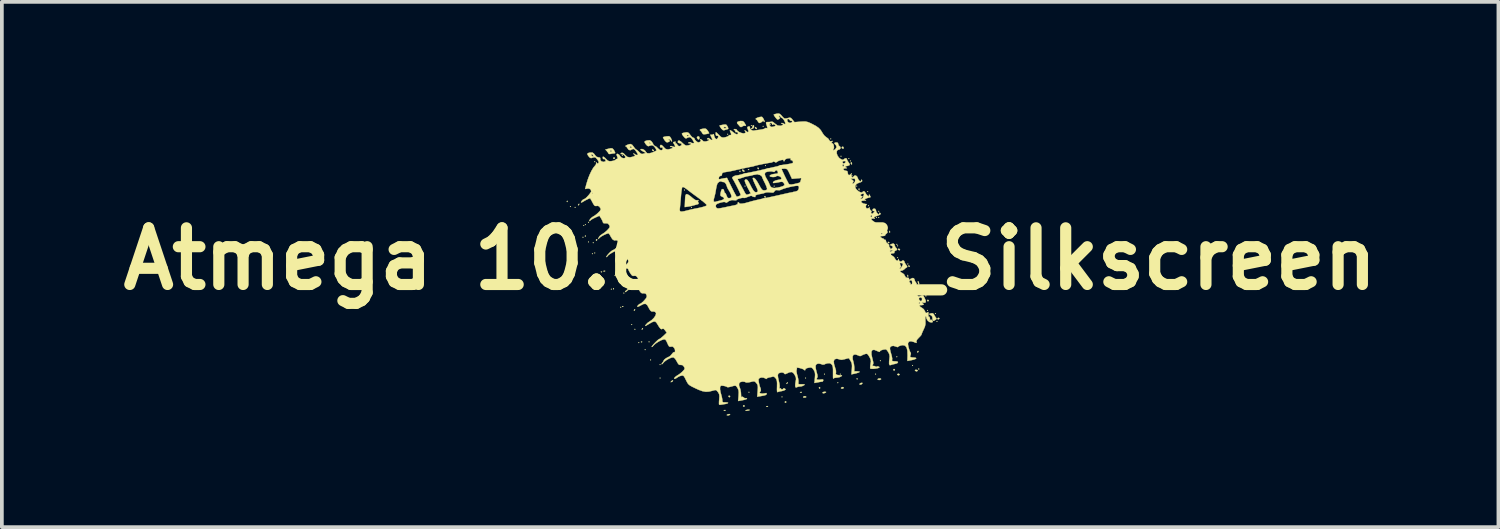
<source format=kicad_pcb>
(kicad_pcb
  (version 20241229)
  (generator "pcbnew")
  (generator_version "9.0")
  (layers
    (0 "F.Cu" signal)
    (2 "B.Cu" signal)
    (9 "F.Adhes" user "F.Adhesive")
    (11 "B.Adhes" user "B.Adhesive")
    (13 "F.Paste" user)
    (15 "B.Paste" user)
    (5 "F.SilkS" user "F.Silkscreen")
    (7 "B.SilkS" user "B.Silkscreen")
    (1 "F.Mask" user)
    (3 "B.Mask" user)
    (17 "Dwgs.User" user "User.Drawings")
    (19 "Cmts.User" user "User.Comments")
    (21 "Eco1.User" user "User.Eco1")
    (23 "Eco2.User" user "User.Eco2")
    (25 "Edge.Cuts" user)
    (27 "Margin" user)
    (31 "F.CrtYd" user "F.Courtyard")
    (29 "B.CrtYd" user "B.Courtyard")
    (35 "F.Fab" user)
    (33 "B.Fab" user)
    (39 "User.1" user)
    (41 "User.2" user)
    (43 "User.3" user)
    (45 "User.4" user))
  (footprint "Atmega 10.6x10.6_Silkscreen"
    (layer "F.Cu")
    (at 17.134 3.915)
    (property "Reference" "Atmega 10.6x10.6_Silkscreen" (at 0 0 0) (layer "F.SilkS") (effects (font (size 1.524 1.524) (thickness 0.3))))
    (attr through_hole)
    (fp_poly (pts (xy -4.826 -1.408) (xy -4.837 -1.397) (xy -4.847 -1.408) (xy -4.837 -1.418) (xy -4.826 -1.408)) (stroke (width 0.01) (type solid)) (fill yes) (layer "F.SilkS"))
    (fp_poly (pts (xy -4.699 -1.386) (xy -4.71 -1.376) (xy -4.72 -1.386) (xy -4.71 -1.397) (xy -4.699 -1.386)) (stroke (width 0.01) (type solid)) (fill yes) (layer "F.SilkS"))
    (fp_poly (pts (xy -4.487 -0.582) (xy -4.498 -0.572) (xy -4.508 -0.582) (xy -4.498 -0.593) (xy -4.487 -0.582)) (stroke (width 0.01) (type solid)) (fill yes) (layer "F.SilkS"))
    (fp_poly (pts (xy -4.466 -0.9) (xy -4.477 -0.889) (xy -4.487 -0.9) (xy -4.477 -0.91) (xy -4.466 -0.9)) (stroke (width 0.01) (type solid)) (fill yes) (layer "F.SilkS"))
    (fp_poly (pts (xy -4.424 -0.921) (xy -4.434 -0.91) (xy -4.445 -0.921) (xy -4.434 -0.931) (xy -4.424 -0.921)) (stroke (width 0.01) (type solid)) (fill yes) (layer "F.SilkS"))
    (fp_poly (pts (xy -4.339 -0.984) (xy -4.35 -0.974) (xy -4.36 -0.984) (xy -4.35 -0.995) (xy -4.339 -0.984)) (stroke (width 0.01) (type solid)) (fill yes) (layer "F.SilkS"))
    (fp_poly (pts (xy -4.339 -0.455) (xy -4.35 -0.445) (xy -4.36 -0.455) (xy -4.35 -0.466) (xy -4.339 -0.455)) (stroke (width 0.01) (type solid)) (fill yes) (layer "F.SilkS"))
    (fp_poly (pts (xy -4.233 -0.138) (xy -4.244 -0.127) (xy -4.255 -0.138) (xy -4.244 -0.148) (xy -4.233 -0.138)) (stroke (width 0.01) (type solid)) (fill yes) (layer "F.SilkS"))
    (fp_poly (pts (xy -4.212 -0.434) (xy -4.223 -0.423) (xy -4.233 -0.434) (xy -4.223 -0.445) (xy -4.212 -0.434)) (stroke (width 0.01) (type solid)) (fill yes) (layer "F.SilkS"))
    (fp_poly (pts (xy -4.17 -2.614) (xy -4.18 -2.603) (xy -4.191 -2.614) (xy -4.18 -2.625) (xy -4.17 -2.614)) (stroke (width 0.01) (type solid)) (fill yes) (layer "F.SilkS"))
    (fp_poly (pts (xy -4.17 -0.159) (xy -4.18 -0.148) (xy -4.191 -0.159) (xy -4.18 -0.169) (xy -4.17 -0.159)) (stroke (width 0.01) (type solid)) (fill yes) (layer "F.SilkS"))
    (fp_poly (pts (xy -3.725 0.815) (xy -3.736 0.826) (xy -3.747 0.815) (xy -3.736 0.804) (xy -3.725 0.815)) (stroke (width 0.01) (type solid)) (fill yes) (layer "F.SilkS"))
    (fp_poly (pts (xy -3.471 1.302) (xy -3.482 1.312) (xy -3.493 1.302) (xy -3.482 1.291) (xy -3.471 1.302)) (stroke (width 0.01) (type solid)) (fill yes) (layer "F.SilkS"))
    (fp_poly (pts (xy -3.429 -2.783) (xy -3.44 -2.773) (xy -3.45 -2.783) (xy -3.44 -2.794) (xy -3.429 -2.783)) (stroke (width 0.01) (type solid)) (fill yes) (layer "F.SilkS"))
    (fp_poly (pts (xy -3.387 0.921) (xy -3.397 0.931) (xy -3.408 0.921) (xy -3.397 0.91) (xy -3.387 0.921)) (stroke (width 0.01) (type solid)) (fill yes) (layer "F.SilkS"))
    (fp_poly (pts (xy -3.175 1.767) (xy -3.186 1.778) (xy -3.196 1.767) (xy -3.186 1.757) (xy -3.175 1.767)) (stroke (width 0.01) (type solid)) (fill yes) (layer "F.SilkS"))
    (fp_poly (pts (xy -3.09 1.894) (xy -3.101 1.905) (xy -3.111 1.894) (xy -3.101 1.884) (xy -3.09 1.894)) (stroke (width 0.01) (type solid)) (fill yes) (layer "F.SilkS"))
    (fp_poly (pts (xy -2.985 2.254) (xy -2.995 2.265) (xy -3.006 2.254) (xy -2.995 2.244) (xy -2.985 2.254)) (stroke (width 0.01) (type solid)) (fill yes) (layer "F.SilkS"))
    (fp_poly (pts (xy -2.815 2.445) (xy -2.826 2.455) (xy -2.836 2.445) (xy -2.826 2.434) (xy -2.815 2.445)) (stroke (width 0.01) (type solid)) (fill yes) (layer "F.SilkS"))
    (fp_poly (pts (xy -2.709 2.233) (xy -2.72 2.244) (xy -2.731 2.233) (xy -2.72 2.223) (xy -2.709 2.233)) (stroke (width 0.01) (type solid)) (fill yes) (layer "F.SilkS"))
    (fp_poly (pts (xy -2.667 2.72) (xy -2.678 2.731) (xy -2.688 2.72) (xy -2.678 2.709) (xy -2.667 2.72)) (stroke (width 0.01) (type solid)) (fill yes) (layer "F.SilkS"))
    (fp_poly (pts (xy -2.413 2.847) (xy -2.424 2.857) (xy -2.434 2.847) (xy -2.424 2.836) (xy -2.413 2.847)) (stroke (width 0.01) (type solid)) (fill yes) (layer "F.SilkS"))
    (fp_poly (pts (xy -2.413 3.207) (xy -2.424 3.217) (xy -2.434 3.207) (xy -2.424 3.196) (xy -2.413 3.207)) (stroke (width 0.01) (type solid)) (fill yes) (layer "F.SilkS"))
    (fp_poly (pts (xy -1.757 -1.852) (xy -1.767 -1.841) (xy -1.778 -1.852) (xy -1.767 -1.863) (xy -1.757 -1.852)) (stroke (width 0.01) (type solid)) (fill yes) (layer "F.SilkS"))
    (fp_poly (pts (xy -1.566 -1.386) (xy -1.577 -1.376) (xy -1.587 -1.386) (xy -1.577 -1.397) (xy -1.566 -1.386)) (stroke (width 0.01) (type solid)) (fill yes) (layer "F.SilkS"))
    (fp_poly (pts (xy -0.593 -3.355) (xy -0.603 -3.344) (xy -0.614 -3.355) (xy -0.603 -3.365) (xy -0.593 -3.355)) (stroke (width 0.01) (type solid)) (fill yes) (layer "F.SilkS"))
    (fp_poly (pts (xy -0.127 -1.958) (xy -0.138 -1.947) (xy -0.148 -1.958) (xy -0.138 -1.968) (xy -0.127 -1.958)) (stroke (width 0.01) (type solid)) (fill yes) (layer "F.SilkS"))
    (fp_poly (pts (xy -0.021 3.588) (xy -0.032 3.598) (xy -0.042 3.588) (xy -0.032 3.577) (xy -0.021 3.588)) (stroke (width 0.01) (type solid)) (fill yes) (layer "F.SilkS"))
    (fp_poly (pts (xy 0.042 -3.588) (xy 0.032 -3.577) (xy 0.021 -3.588) (xy 0.032 -3.598) (xy 0.042 -3.588)) (stroke (width 0.01) (type solid)) (fill yes) (layer "F.SilkS"))
    (fp_poly (pts (xy 0.36 -3.567) (xy 0.349 -3.556) (xy 0.339 -3.567) (xy 0.349 -3.577) (xy 0.36 -3.567)) (stroke (width 0.01) (type solid)) (fill yes) (layer "F.SilkS"))
    (fp_poly (pts (xy 0.423 -2.508) (xy 0.413 -2.498) (xy 0.402 -2.508) (xy 0.413 -2.519) (xy 0.423 -2.508)) (stroke (width 0.01) (type solid)) (fill yes) (layer "F.SilkS"))
    (fp_poly (pts (xy 0.55 -3.609) (xy 0.54 -3.598) (xy 0.529 -3.609) (xy 0.54 -3.619) (xy 0.55 -3.609)) (stroke (width 0.01) (type solid)) (fill yes) (layer "F.SilkS"))
    (fp_poly (pts (xy 0.656 -1.958) (xy 0.646 -1.947) (xy 0.635 -1.958) (xy 0.646 -1.968) (xy 0.656 -1.958)) (stroke (width 0.01) (type solid)) (fill yes) (layer "F.SilkS"))
    (fp_poly (pts (xy 0.868 3.715) (xy 0.857 3.725) (xy 0.847 3.715) (xy 0.857 3.704) (xy 0.868 3.715)) (stroke (width 0.01) (type solid)) (fill yes) (layer "F.SilkS"))
    (fp_poly (pts (xy 1.503 3.207) (xy 1.492 3.217) (xy 1.482 3.207) (xy 1.492 3.196) (xy 1.503 3.207)) (stroke (width 0.01) (type solid)) (fill yes) (layer "F.SilkS"))
    (fp_poly (pts (xy 2.011 3.101) (xy 2 3.111) (xy 1.99 3.101) (xy 2 3.09) (xy 2.011 3.101)) (stroke (width 0.01) (type solid)) (fill yes) (layer "F.SilkS"))
    (fp_poly (pts (xy 2.18 -3.228) (xy 2.17 -3.217) (xy 2.159 -3.228) (xy 2.17 -3.239) (xy 2.18 -3.228)) (stroke (width 0.01) (type solid)) (fill yes) (layer "F.SilkS"))
    (fp_poly (pts (xy 2.371 3.334) (xy 2.36 3.344) (xy 2.349 3.334) (xy 2.36 3.323) (xy 2.371 3.334)) (stroke (width 0.01) (type solid)) (fill yes) (layer "F.SilkS"))
    (fp_poly (pts (xy 2.434 3.101) (xy 2.424 3.111) (xy 2.413 3.101) (xy 2.424 3.09) (xy 2.434 3.101)) (stroke (width 0.01) (type solid)) (fill yes) (layer "F.SilkS"))
    (fp_poly (pts (xy 2.455 -2.762) (xy 2.445 -2.752) (xy 2.434 -2.762) (xy 2.445 -2.773) (xy 2.455 -2.762)) (stroke (width 0.01) (type solid)) (fill yes) (layer "F.SilkS"))
    (fp_poly (pts (xy 2.667 -2.699) (xy 2.656 -2.688) (xy 2.646 -2.699) (xy 2.656 -2.709) (xy 2.667 -2.699)) (stroke (width 0.01) (type solid)) (fill yes) (layer "F.SilkS"))
    (fp_poly (pts (xy 2.709 -2.635) (xy 2.699 -2.625) (xy 2.688 -2.635) (xy 2.699 -2.646) (xy 2.709 -2.635)) (stroke (width 0.01) (type solid)) (fill yes) (layer "F.SilkS"))
    (fp_poly (pts (xy 2.752 -2.233) (xy 2.741 -2.223) (xy 2.731 -2.233) (xy 2.741 -2.244) (xy 2.752 -2.233)) (stroke (width 0.01) (type solid)) (fill yes) (layer "F.SilkS"))
    (fp_poly (pts (xy 2.879 -1.958) (xy 2.868 -1.947) (xy 2.857 -1.958) (xy 2.868 -1.968) (xy 2.879 -1.958)) (stroke (width 0.01) (type solid)) (fill yes) (layer "F.SilkS"))
    (fp_poly (pts (xy 3.175 -1.81) (xy 3.164 -1.799) (xy 3.154 -1.81) (xy 3.164 -1.82) (xy 3.175 -1.81)) (stroke (width 0.01) (type solid)) (fill yes) (layer "F.SilkS"))
    (fp_poly (pts (xy 3.196 -1.429) (xy 3.186 -1.418) (xy 3.175 -1.429) (xy 3.186 -1.439) (xy 3.196 -1.429)) (stroke (width 0.01) (type solid)) (fill yes) (layer "F.SilkS"))
    (fp_poly (pts (xy 3.387 3.101) (xy 3.376 3.111) (xy 3.365 3.101) (xy 3.376 3.09) (xy 3.387 3.101)) (stroke (width 0.01) (type solid)) (fill yes) (layer "F.SilkS"))
    (fp_poly (pts (xy 3.408 -1.111) (xy 3.397 -1.101) (xy 3.387 -1.111) (xy 3.397 -1.122) (xy 3.408 -1.111)) (stroke (width 0.01) (type solid)) (fill yes) (layer "F.SilkS"))
    (fp_poly (pts (xy 3.471 -1.281) (xy 3.461 -1.27) (xy 3.45 -1.281) (xy 3.461 -1.291) (xy 3.471 -1.281)) (stroke (width 0.01) (type solid)) (fill yes) (layer "F.SilkS"))
    (fp_poly (pts (xy 3.471 -1.111) (xy 3.461 -1.101) (xy 3.45 -1.111) (xy 3.461 -1.122) (xy 3.471 -1.111)) (stroke (width 0.01) (type solid)) (fill yes) (layer "F.SilkS"))
    (fp_poly (pts (xy 3.514 2.741) (xy 3.503 2.752) (xy 3.493 2.741) (xy 3.503 2.731) (xy 3.514 2.741)) (stroke (width 0.01) (type solid)) (fill yes) (layer "F.SilkS"))
    (fp_poly (pts (xy 3.958 -0.392) (xy 3.948 -0.381) (xy 3.937 -0.392) (xy 3.948 -0.402) (xy 3.958 -0.392)) (stroke (width 0.01) (type solid)) (fill yes) (layer "F.SilkS"))
    (fp_poly (pts (xy 3.958 2.635) (xy 3.948 2.646) (xy 3.937 2.635) (xy 3.948 2.625) (xy 3.958 2.635)) (stroke (width 0.01) (type solid)) (fill yes) (layer "F.SilkS"))
    (fp_poly (pts (xy 3.979 -0.349) (xy 3.969 -0.339) (xy 3.958 -0.349) (xy 3.969 -0.36) (xy 3.979 -0.349)) (stroke (width 0.01) (type solid)) (fill yes) (layer "F.SilkS"))
    (fp_poly (pts (xy 3.979 -0.032) (xy 3.969 -0.021) (xy 3.958 -0.032) (xy 3.969 -0.042) (xy 3.979 -0.032)) (stroke (width 0.01) (type solid)) (fill yes) (layer "F.SilkS"))
    (fp_poly (pts (xy 4.255 0.138) (xy 4.244 0.148) (xy 4.233 0.138) (xy 4.244 0.127) (xy 4.255 0.138)) (stroke (width 0.01) (type solid)) (fill yes) (layer "F.SilkS"))
    (fp_poly (pts (xy 4.381 2.868) (xy 4.371 2.879) (xy 4.36 2.868) (xy 4.371 2.857) (xy 4.381 2.868)) (stroke (width 0.01) (type solid)) (fill yes) (layer "F.SilkS"))
    (fp_poly (pts (xy 4.445 0.751) (xy 4.434 0.762) (xy 4.424 0.751) (xy 4.434 0.741) (xy 4.445 0.751)) (stroke (width 0.01) (type solid)) (fill yes) (layer "F.SilkS"))
    (fp_poly (pts (xy 4.784 1.386) (xy 4.773 1.397) (xy 4.763 1.386) (xy 4.773 1.376) (xy 4.784 1.386)) (stroke (width 0.01) (type solid)) (fill yes) (layer "F.SilkS"))
    (fp_poly (pts (xy 4.995 1.471) (xy 4.985 1.482) (xy 4.974 1.471) (xy 4.985 1.46) (xy 4.995 1.471)) (stroke (width 0.01) (type solid)) (fill yes) (layer "F.SilkS"))
    (fp_poly (pts (xy 5.038 1.683) (xy 5.027 1.693) (xy 5.016 1.683) (xy 5.027 1.672) (xy 5.038 1.683)) (stroke (width 0.01) (type solid)) (fill yes) (layer "F.SilkS"))
    (fp_poly (pts (xy -4.918 -1.559) (xy -4.915 -1.534) (xy -4.918 -1.531) (xy -4.93 -1.534) (xy -4.932 -1.545) (xy -4.924 -1.563) (xy -4.918 -1.559)) (stroke (width 0.01) (type solid)) (fill yes) (layer "F.SilkS"))
    (fp_poly (pts (xy -4.431 -0.628) (xy -4.428 -0.603) (xy -4.431 -0.6) (xy -4.443 -0.603) (xy -4.445 -0.614) (xy -4.437 -0.631) (xy -4.431 -0.628)) (stroke (width 0.01) (type solid)) (fill yes) (layer "F.SilkS"))
    (fp_poly (pts (xy -3.986 0.346) (xy -3.989 0.358) (xy -4 0.36) (xy -4.018 0.352) (xy -4.015 0.346) (xy -3.989 0.343) (xy -3.986 0.346)) (stroke (width 0.01) (type solid)) (fill yes) (layer "F.SilkS"))
    (fp_poly (pts (xy -3.9 0.326) (xy -3.907 0.335) (xy -3.928 0.337) (xy -3.951 0.332) (xy -3.941 0.324) (xy -3.908 0.322) (xy -3.9 0.326)) (stroke (width 0.01) (type solid)) (fill yes) (layer "F.SilkS"))
    (fp_poly (pts (xy -3.669 0.79) (xy -3.666 0.815) (xy -3.669 0.818) (xy -3.681 0.816) (xy -3.683 0.804) (xy -3.675 0.787) (xy -3.669 0.79)) (stroke (width 0.01) (type solid)) (fill yes) (layer "F.SilkS"))
    (fp_poly (pts (xy -3.415 1.277) (xy -3.418 1.29) (xy -3.429 1.291) (xy -3.446 1.283) (xy -3.443 1.277) (xy -3.418 1.275) (xy -3.415 1.277)) (stroke (width 0.01) (type solid)) (fill yes) (layer "F.SilkS"))
    (fp_poly (pts (xy -2.907 2.23) (xy -2.91 2.242) (xy -2.921 2.244) (xy -2.938 2.236) (xy -2.935 2.23) (xy -2.91 2.227) (xy -2.907 2.23)) (stroke (width 0.01) (type solid)) (fill yes) (layer "F.SilkS"))
    (fp_poly (pts (xy -0.662 4.072) (xy -0.668 4.082) (xy -0.69 4.083) (xy -0.712 4.078) (xy -0.702 4.071) (xy -0.669 4.068) (xy -0.662 4.072)) (stroke (width 0.01) (type solid)) (fill yes) (layer "F.SilkS"))
    (fp_poly (pts (xy -0.261 -2.364) (xy -0.264 -2.351) (xy -0.275 -2.349) (xy -0.293 -2.357) (xy -0.289 -2.364) (xy -0.264 -2.366) (xy -0.261 -2.364)) (stroke (width 0.01) (type solid)) (fill yes) (layer "F.SilkS"))
    (fp_poly (pts (xy -0.028 -2.406) (xy -0.031 -2.393) (xy -0.042 -2.392) (xy -0.06 -2.4) (xy -0.056 -2.406) (xy -0.031 -2.408) (xy -0.028 -2.406)) (stroke (width 0.01) (type solid)) (fill yes) (layer "F.SilkS"))
    (fp_poly (pts (xy 0.481 3.967) (xy 0.475 3.976) (xy 0.453 3.978) (xy 0.431 3.972) (xy 0.441 3.965) (xy 0.474 3.962) (xy 0.481 3.967)) (stroke (width 0.01) (type solid)) (fill yes) (layer "F.SilkS"))
    (fp_poly (pts (xy 1.391 3.586) (xy 1.385 3.595) (xy 1.363 3.597) (xy 1.341 3.591) (xy 1.351 3.584) (xy 1.384 3.581) (xy 1.391 3.586)) (stroke (width 0.01) (type solid)) (fill yes) (layer "F.SilkS"))
    (fp_poly (pts (xy 2.893 3.224) (xy 2.89 3.237) (xy 2.879 3.239) (xy 2.861 3.231) (xy 2.865 3.224) (xy 2.89 3.222) (xy 2.893 3.224)) (stroke (width 0.01) (type solid)) (fill yes) (layer "F.SilkS"))
    (fp_poly (pts (xy 2.935 -1.888) (xy 2.938 -1.855) (xy 2.934 -1.847) (xy 2.924 -1.854) (xy 2.923 -1.875) (xy 2.928 -1.898) (xy 2.935 -1.888)) (stroke (width 0.01) (type solid)) (fill yes) (layer "F.SilkS"))
    (fp_poly (pts (xy 3.761 -0.745) (xy 3.763 -0.712) (xy 3.759 -0.704) (xy 3.75 -0.711) (xy 3.748 -0.732) (xy 3.753 -0.755) (xy 3.761 -0.745)) (stroke (width 0.01) (type solid)) (fill yes) (layer "F.SilkS"))
    (fp_poly (pts (xy 4.248 0.441) (xy 4.25 0.474) (xy 4.246 0.481) (xy 4.237 0.475) (xy 4.235 0.453) (xy 4.24 0.431) (xy 4.248 0.441)) (stroke (width 0.01) (type solid)) (fill yes) (layer "F.SilkS"))
    (fp_poly (pts (xy 4.523 0.917) (xy 4.525 0.942) (xy 4.523 0.945) (xy 4.51 0.943) (xy 4.508 0.931) (xy 4.516 0.914) (xy 4.523 0.917)) (stroke (width 0.01) (type solid)) (fill yes) (layer "F.SilkS"))
    (fp_poly (pts (xy 4.544 2.949) (xy 4.546 2.974) (xy 4.544 2.977) (xy 4.531 2.975) (xy 4.53 2.963) (xy 4.537 2.946) (xy 4.544 2.949)) (stroke (width 0.01) (type solid)) (fill yes) (layer "F.SilkS"))
    (fp_poly (pts (xy 4.734 0.981) (xy 4.737 1.006) (xy 4.734 1.009) (xy 4.722 1.006) (xy 4.72 0.995) (xy 4.728 0.977) (xy 4.734 0.981)) (stroke (width 0.01) (type solid)) (fill yes) (layer "F.SilkS"))
    (fp_poly (pts (xy 0.169 -3.525) (xy 0.183 -3.498) (xy 0.173 -3.493) (xy 0.142 -3.508) (xy 0.137 -3.515) (xy 0.129 -3.543) (xy 0.145 -3.545) (xy 0.169 -3.525)) (stroke (width 0.01) (type solid)) (fill yes) (layer "F.SilkS"))
    (fp_poly (pts (xy -4.6 -1.468) (xy -4.604 -1.46) (xy -4.624 -1.44) (xy -4.627 -1.439) (xy -4.629 -1.453) (xy -4.625 -1.46) (xy -4.605 -1.481) (xy -4.601 -1.482) (xy -4.6 -1.468)) (stroke (width 0.01) (type solid)) (fill yes) (layer "F.SilkS"))
    (fp_poly (pts (xy -4.114 -0.516) (xy -4.117 -0.508) (xy -4.136 -0.488) (xy -4.139 -0.487) (xy -4.148 -0.503) (xy -4.149 -0.508) (xy -4.132 -0.528) (xy -4.126 -0.529) (xy -4.114 -0.516)) (stroke (width 0.01) (type solid)) (fill yes) (layer "F.SilkS"))
    (fp_poly (pts (xy -3.641 -2.714) (xy -3.641 -2.709) (xy -3.657 -2.689) (xy -3.662 -2.688) (xy -3.682 -2.704) (xy -3.683 -2.709) (xy -3.667 -2.73) (xy -3.662 -2.731) (xy -3.641 -2.714)) (stroke (width 0.01) (type solid)) (fill yes) (layer "F.SilkS"))
    (fp_poly (pts (xy -3.097 1.368) (xy -3.101 1.376) (xy -3.121 1.396) (xy -3.125 1.397) (xy -3.126 1.383) (xy -3.122 1.376) (xy -3.102 1.356) (xy -3.098 1.355) (xy -3.097 1.368)) (stroke (width 0.01) (type solid)) (fill yes) (layer "F.SilkS"))
    (fp_poly (pts (xy -2.885 1.876) (xy -2.889 1.884) (xy -2.909 1.904) (xy -2.913 1.905) (xy -2.914 1.891) (xy -2.91 1.884) (xy -2.89 1.864) (xy -2.887 1.863) (xy -2.885 1.876)) (stroke (width 0.01) (type solid)) (fill yes) (layer "F.SilkS"))
    (fp_poly (pts (xy -2.597 -2.927) (xy -2.593 -2.921) (xy -2.594 -2.901) (xy -2.601 -2.9) (xy -2.631 -2.915) (xy -2.635 -2.921) (xy -2.634 -2.941) (xy -2.627 -2.942) (xy -2.597 -2.927)) (stroke (width 0.01) (type solid)) (fill yes) (layer "F.SilkS"))
    (fp_poly (pts (xy -2.074 3.276) (xy -2.091 3.301) (xy -2.106 3.31) (xy -2.134 3.317) (xy -2.138 3.315) (xy -2.124 3.297) (xy -2.106 3.281) (xy -2.08 3.268) (xy -2.074 3.276)) (stroke (width 0.01) (type solid)) (fill yes) (layer "F.SilkS"))
    (fp_poly (pts (xy -0.541 4.181) (xy -0.54 4.191) (xy -0.569 4.208) (xy -0.597 4.212) (xy -0.627 4.207) (xy -0.627 4.198) (xy -0.599 4.182) (xy -0.564 4.176) (xy -0.541 4.181)) (stroke (width 0.01) (type solid)) (fill yes) (layer "F.SilkS"))
    (fp_poly (pts (xy -0.538 3.693) (xy -0.54 3.704) (xy -0.558 3.724) (xy -0.561 3.725) (xy -0.578 3.711) (xy -0.582 3.704) (xy -0.577 3.686) (xy -0.561 3.683) (xy -0.538 3.693)) (stroke (width 0.01) (type solid)) (fill yes) (layer "F.SilkS"))
    (fp_poly (pts (xy -0.149 3.953) (xy -0.148 3.958) (xy -0.164 3.979) (xy -0.169 3.979) (xy -0.19 3.963) (xy -0.191 3.958) (xy -0.174 3.938) (xy -0.169 3.937) (xy -0.149 3.953)) (stroke (width 0.01) (type solid)) (fill yes) (layer "F.SilkS"))
    (fp_poly (pts (xy 0.232 -2.44) (xy 0.233 -2.434) (xy 0.226 -2.414) (xy 0.223 -2.413) (xy 0.205 -2.428) (xy 0.201 -2.434) (xy 0.203 -2.454) (xy 0.21 -2.455) (xy 0.232 -2.44)) (stroke (width 0.01) (type solid)) (fill yes) (layer "F.SilkS"))
    (fp_poly (pts (xy 0.402 -1.683) (xy 0.422 -1.664) (xy 0.423 -1.66) (xy 0.407 -1.651) (xy 0.402 -1.651) (xy 0.382 -1.667) (xy 0.381 -1.673) (xy 0.394 -1.686) (xy 0.402 -1.683)) (stroke (width 0.01) (type solid)) (fill yes) (layer "F.SilkS"))
    (fp_poly (pts (xy 0.973 3.847) (xy 0.974 3.852) (xy 0.958 3.873) (xy 0.953 3.873) (xy 0.932 3.857) (xy 0.931 3.852) (xy 0.947 3.832) (xy 0.953 3.831) (xy 0.973 3.847)) (stroke (width 0.01) (type solid)) (fill yes) (layer "F.SilkS"))
    (fp_poly (pts (xy 1.009 3.337) (xy 1.005 3.344) (xy 0.985 3.365) (xy 0.982 3.365) (xy 0.98 3.352) (xy 0.984 3.344) (xy 1.004 3.324) (xy 1.008 3.323) (xy 1.009 3.337)) (stroke (width 0.01) (type solid)) (fill yes) (layer "F.SilkS"))
    (fp_poly (pts (xy 1.496 3.7) (xy 1.501 3.703) (xy 1.511 3.719) (xy 1.483 3.731) (xy 1.444 3.733) (xy 1.429 3.726) (xy 1.433 3.706) (xy 1.461 3.695) (xy 1.496 3.7)) (stroke (width 0.01) (type solid)) (fill yes) (layer "F.SilkS"))
    (fp_poly (pts (xy 1.883 3.466) (xy 1.884 3.471) (xy 1.877 3.492) (xy 1.874 3.493) (xy 1.856 3.478) (xy 1.852 3.471) (xy 1.854 3.452) (xy 1.861 3.45) (xy 1.883 3.466)) (stroke (width 0.01) (type solid)) (fill yes) (layer "F.SilkS"))
    (fp_poly (pts (xy 2.042 3.581) (xy 2.041 3.592) (xy 2.032 3.598) (xy 1.987 3.617) (xy 1.955 3.614) (xy 1.947 3.598) (xy 1.966 3.583) (xy 2.006 3.577) (xy 2.042 3.581)) (stroke (width 0.01) (type solid)) (fill yes) (layer "F.SilkS"))
    (fp_poly (pts (xy 2.505 -3.012) (xy 2.518 -2.983) (xy 2.505 -2.964) (xy 2.499 -2.963) (xy 2.47 -2.979) (xy 2.467 -2.983) (xy 2.468 -3.008) (xy 2.49 -3.019) (xy 2.505 -3.012)) (stroke (width 0.01) (type solid)) (fill yes) (layer "F.SilkS"))
    (fp_poly (pts (xy 2.516 3.462) (xy 2.519 3.471) (xy 2.501 3.488) (xy 2.475 3.493) (xy 2.446 3.484) (xy 2.445 3.471) (xy 2.475 3.452) (xy 2.488 3.45) (xy 2.516 3.462)) (stroke (width 0.01) (type solid)) (fill yes) (layer "F.SilkS"))
    (fp_poly (pts (xy 2.731 -2.587) (xy 2.738 -2.572) (xy 2.739 -2.544) (xy 2.73 -2.54) (xy 2.712 -2.557) (xy 2.709 -2.572) (xy 2.714 -2.6) (xy 2.718 -2.603) (xy 2.731 -2.587)) (stroke (width 0.01) (type solid)) (fill yes) (layer "F.SilkS"))
    (fp_poly (pts (xy 3.021 3.351) (xy 3 3.374) (xy 2.968 3.384) (xy 2.945 3.378) (xy 2.942 3.37) (xy 2.96 3.349) (xy 2.986 3.338) (xy 3.018 3.337) (xy 3.021 3.351)) (stroke (width 0.01) (type solid)) (fill yes) (layer "F.SilkS"))
    (fp_poly (pts (xy 3.519 3.224) (xy 3.524 3.239) (xy 3.494 3.256) (xy 3.47 3.26) (xy 3.436 3.251) (xy 3.429 3.239) (xy 3.447 3.223) (xy 3.483 3.217) (xy 3.519 3.224)) (stroke (width 0.01) (type solid)) (fill yes) (layer "F.SilkS"))
    (fp_poly (pts (xy 3.725 -0.455) (xy 3.746 -0.436) (xy 3.747 -0.433) (xy 3.73 -0.424) (xy 3.725 -0.423) (xy 3.705 -0.44) (xy 3.704 -0.446) (xy 3.717 -0.458) (xy 3.725 -0.455)) (stroke (width 0.01) (type solid)) (fill yes) (layer "F.SilkS"))
    (fp_poly (pts (xy 3.894 2.979) (xy 3.895 2.985) (xy 3.879 3.005) (xy 3.873 3.006) (xy 3.853 2.99) (xy 3.852 2.985) (xy 3.868 2.964) (xy 3.873 2.963) (xy 3.894 2.979)) (stroke (width 0.01) (type solid)) (fill yes) (layer "F.SilkS"))
    (fp_poly (pts (xy 4.018 3.102) (xy 4.022 3.111) (xy 4.005 3.13) (xy 3.99 3.133) (xy 3.962 3.121) (xy 3.958 3.111) (xy 3.975 3.093) (xy 3.99 3.09) (xy 4.018 3.102)) (stroke (width 0.01) (type solid)) (fill yes) (layer "F.SilkS"))
    (fp_poly (pts (xy 4.028 -0.26) (xy 4.032 -0.254) (xy 4.027 -0.236) (xy 4.012 -0.233) (xy 3.983 -0.244) (xy 3.979 -0.254) (xy 3.995 -0.275) (xy 3.999 -0.275) (xy 4.028 -0.26)) (stroke (width 0.01) (type solid)) (fill yes) (layer "F.SilkS"))
    (fp_poly (pts (xy 4.276 0.18) (xy 4.296 0.199) (xy 4.297 0.202) (xy 4.28 0.211) (xy 4.276 0.212) (xy 4.255 0.195) (xy 4.255 0.189) (xy 4.267 0.177) (xy 4.276 0.18)) (stroke (width 0.01) (type solid)) (fill yes) (layer "F.SilkS"))
    (fp_poly (pts (xy 4.5 2.993) (xy 4.508 3.006) (xy 4.491 3.025) (xy 4.478 3.027) (xy 4.442 3.014) (xy 4.434 3.006) (xy 4.441 2.989) (xy 4.465 2.985) (xy 4.5 2.993)) (stroke (width 0.01) (type solid)) (fill yes) (layer "F.SilkS"))
    (fp_poly (pts (xy 4.529 0.609) (xy 4.54 0.635) (xy 4.548 0.675) (xy 4.544 0.691) (xy 4.531 0.683) (xy 4.519 0.656) (xy 4.512 0.616) (xy 4.515 0.6) (xy 4.529 0.609)) (stroke (width 0.01) (type solid)) (fill yes) (layer "F.SilkS"))
    (fp_poly (pts (xy 4.529 2.493) (xy 4.53 2.498) (xy 4.513 2.518) (xy 4.507 2.519) (xy 4.495 2.506) (xy 4.498 2.498) (xy 4.517 2.477) (xy 4.52 2.477) (xy 4.529 2.493)) (stroke (width 0.01) (type solid)) (fill yes) (layer "F.SilkS"))
    (fp_poly (pts (xy 4.804 1.117) (xy 4.805 1.122) (xy 4.789 1.142) (xy 4.784 1.143) (xy 4.763 1.127) (xy 4.763 1.122) (xy 4.779 1.101) (xy 4.784 1.101) (xy 4.804 1.117)) (stroke (width 0.01) (type solid)) (fill yes) (layer "F.SilkS"))
    (fp_poly (pts (xy 5.093 1.598) (xy 5.091 1.609) (xy 5.064 1.629) (xy 5.058 1.63) (xy 5.038 1.614) (xy 5.038 1.609) (xy 5.055 1.59) (xy 5.071 1.587) (xy 5.093 1.598)) (stroke (width 0.01) (type solid)) (fill yes) (layer "F.SilkS"))
    (fp_poly (pts (xy -1.367 -3.28) (xy -1.363 -3.246) (xy -1.368 -3.232) (xy -1.386 -3.211) (xy -1.409 -3.225) (xy -1.415 -3.232) (xy -1.433 -3.265) (xy -1.421 -3.287) (xy -1.39 -3.298) (xy -1.367 -3.28)) (stroke (width 0.01) (type solid)) (fill yes) (layer "F.SilkS"))
    (fp_poly (pts (xy -0.183 -2.394) (xy -0.18 -2.392) (xy -0.154 -2.366) (xy -0.148 -2.357) (xy -0.165 -2.35) (xy -0.18 -2.349) (xy -0.207 -2.367) (xy -0.212 -2.384) (xy -0.206 -2.406) (xy -0.183 -2.394)) (stroke (width 0.01) (type solid)) (fill yes) (layer "F.SilkS"))
    (fp_poly (pts (xy -0.013 4.067) (xy -0.013 4.068) (xy -0.036 4.079) (xy -0.076 4.085) (xy -0.113 4.084) (xy -0.127 4.077) (xy -0.109 4.069) (xy -0.065 4.06) (xy -0.065 4.06) (xy -0.024 4.058) (xy -0.013 4.067)) (stroke (width 0.01) (type solid)) (fill yes) (layer "F.SilkS"))
    (fp_poly (pts (xy 0.103 -3.583) (xy 0.104 -3.55) (xy 0.088 -3.517) (xy 0.072 -3.505) (xy 0.035 -3.495) (xy 0.025 -3.494) (xy 0.027 -3.502) (xy 0.037 -3.507) (xy 0.059 -3.534) (xy 0.064 -3.558) (xy 0.073 -3.591) (xy 0.085 -3.598) (xy 0.103 -3.583)) (stroke (width 0.01) (type solid)) (fill yes) (layer "F.SilkS"))
    (fp_poly (pts (xy 4.939 1.483) (xy 4.946 1.498) (xy 4.971 1.543) (xy 4.993 1.574) (xy 5.015 1.605) (xy 5.004 1.628) (xy 4.986 1.642) (xy 4.94 1.669) (xy 4.915 1.662) (xy 4.908 1.63) (xy 4.904 1.581) (xy 4.903 1.562) (xy 4.884 1.534) (xy 4.851 1.511) (xy 4.82 1.492) (xy 4.825 1.479) (xy 4.837 1.474) (xy 4.901 1.461) (xy 4.939 1.483)) (stroke (width 0.01) (type solid)) (fill yes) (layer "F.SilkS"))
    (fp_poly (pts (xy -1.675 -1.732) (xy -1.615 -1.692) (xy -1.532 -1.623) (xy -1.47 -1.581) (xy -1.419 -1.574) (xy -1.414 -1.575) (xy -1.387 -1.58) (xy -1.392 -1.575) (xy -1.407 -1.554) (xy -1.396 -1.522) (xy -1.385 -1.487) (xy -1.401 -1.472) (xy -1.585 -1.422) (xy -1.668 -1.407) (xy -1.759 -1.393) (xy -1.752 -1.57) (xy -1.747 -1.662) (xy -1.736 -1.719) (xy -1.713 -1.742) (xy -1.675 -1.732)) (stroke (width 0.01) (type solid)) (fill yes) (layer "F.SilkS"))
    (fp_poly (pts (xy 0.321 -3.818) (xy 0.344 -3.793) (xy 0.367 -3.752) (xy 0.384 -3.712) (xy 0.386 -3.686) (xy 0.382 -3.683) (xy 0.361 -3.7) (xy 0.36 -3.709) (xy 0.353 -3.724) (xy 0.344 -3.713) (xy 0.313 -3.685) (xy 0.284 -3.666) (xy 0.248 -3.655) (xy 0.223 -3.674) (xy 0.211 -3.694) (xy 0.185 -3.733) (xy 0.166 -3.747) (xy 0.149 -3.763) (xy 0.148 -3.767) (xy 0.166 -3.784) (xy 0.21 -3.803) (xy 0.262 -3.817) (xy 0.306 -3.822) (xy 0.321 -3.818)) (stroke (width 0.01) (type solid)) (fill yes) (layer "F.SilkS"))
    (fp_poly (pts (xy -0.205 -3.707) (xy -0.17 -3.686) (xy -0.141 -3.642) (xy -0.116 -3.597) (xy -0.114 -3.579) (xy -0.131 -3.582) (xy -0.173 -3.581) (xy -0.208 -3.565) (xy -0.244 -3.545) (xy -0.269 -3.555) (xy -0.279 -3.567) (xy -0.318 -3.612) (xy -0.336 -3.632) (xy -0.345 -3.651) (xy -0.233 -3.651) (xy -0.222 -3.641) (xy -0.212 -3.651) (xy -0.222 -3.662) (xy -0.233 -3.651) (xy -0.345 -3.651) (xy -0.353 -3.668) (xy -0.329 -3.693) (xy -0.265 -3.708) (xy -0.256 -3.709) (xy -0.205 -3.707)) (stroke (width 0.01) (type solid)) (fill yes) (layer "F.SilkS"))
    (fp_poly (pts (xy -1.177 -3.491) (xy -1.143 -3.45) (xy -1.115 -3.406) (xy -1.103 -3.38) (xy -1.104 -3.378) (xy -1.127 -3.37) (xy -1.177 -3.359) (xy -1.191 -3.357) (xy -1.246 -3.351) (xy -1.274 -3.361) (xy -1.285 -3.38) (xy -1.309 -3.418) (xy -1.228 -3.418) (xy -1.217 -3.408) (xy -1.206 -3.418) (xy -1.217 -3.429) (xy -1.228 -3.418) (xy -1.309 -3.418) (xy -1.314 -3.426) (xy -1.332 -3.443) (xy -1.354 -3.465) (xy -1.346 -3.481) (xy -1.303 -3.494) (xy -1.267 -3.501) (xy -1.212 -3.506) (xy -1.177 -3.491)) (stroke (width 0.01) (type solid)) (fill yes) (layer "F.SilkS"))
    (fp_poly (pts (xy -3.701 -2.968) (xy -3.669 -2.932) (xy -3.651 -2.9) (xy -3.632 -2.858) (xy -3.635 -2.842) (xy -3.657 -2.839) (xy -3.705 -2.834) (xy -3.752 -2.824) (xy -3.793 -2.82) (xy -3.81 -2.83) (xy -3.823 -2.858) (xy -3.852 -2.895) (xy -3.857 -2.9) (xy -3.768 -2.9) (xy -3.752 -2.879) (xy -3.747 -2.879) (xy -3.726 -2.895) (xy -3.725 -2.9) (xy -3.741 -2.92) (xy -3.747 -2.921) (xy -3.767 -2.905) (xy -3.768 -2.9) (xy -3.857 -2.9) (xy -3.895 -2.941) (xy -3.81 -2.963) (xy -3.743 -2.977) (xy -3.701 -2.968)) (stroke (width 0.01) (type solid)) (fill yes) (layer "F.SilkS"))
    (fp_poly (pts (xy -2.159 -3.287) (xy -2.133 -3.249) (xy -2.128 -3.239) (xy -2.107 -3.192) (xy -2.103 -3.162) (xy -2.104 -3.159) (xy -2.12 -3.165) (xy -2.129 -3.183) (xy -2.158 -3.21) (xy -2.188 -3.215) (xy -2.216 -3.211) (xy -2.203 -3.205) (xy -2.196 -3.203) (xy -2.163 -3.183) (xy -2.169 -3.159) (xy -2.192 -3.146) (xy -2.231 -3.135) (xy -2.259 -3.144) (xy -2.292 -3.18) (xy -2.305 -3.198) (xy -2.333 -3.242) (xy -2.344 -3.27) (xy -2.343 -3.274) (xy -2.317 -3.283) (xy -2.265 -3.293) (xy -2.247 -3.296) (xy -2.191 -3.3) (xy -2.159 -3.287)) (stroke (width 0.01) (type solid)) (fill yes) (layer "F.SilkS"))
    (fp_poly (pts (xy -0.639 -3.606) (xy -0.616 -3.574) (xy -0.608 -3.559) (xy -0.589 -3.516) (xy -0.593 -3.495) (xy -0.623 -3.484) (xy -0.625 -3.484) (xy -0.677 -3.469) (xy -0.705 -3.459) (xy -0.739 -3.468) (xy -0.781 -3.511) (xy -0.783 -3.514) (xy -0.787 -3.52) (xy -0.713 -3.52) (xy -0.688 -3.514) (xy -0.677 -3.514) (xy -0.644 -3.518) (xy -0.647 -3.534) (xy -0.652 -3.539) (xy -0.681 -3.554) (xy -0.703 -3.539) (xy -0.713 -3.52) (xy -0.787 -3.52) (xy -0.811 -3.557) (xy -0.823 -3.584) (xy -0.823 -3.587) (xy -0.799 -3.594) (xy -0.749 -3.604) (xy -0.727 -3.608) (xy -0.67 -3.615) (xy -0.639 -3.606)) (stroke (width 0.01) (type solid)) (fill yes) (layer "F.SilkS"))
    (fp_poly (pts (xy 0.799 -3.899) (xy 0.836 -3.865) (xy 0.856 -3.841) (xy 0.898 -3.795) (xy 0.929 -3.775) (xy 0.967 -3.776) (xy 1.006 -3.786) (xy 1.061 -3.799) (xy 1.095 -3.792) (xy 1.127 -3.761) (xy 1.141 -3.743) (xy 1.193 -3.678) (xy 1.353 -3.691) (xy 1.436 -3.696) (xy 1.497 -3.694) (xy 1.551 -3.681) (xy 1.617 -3.654) (xy 1.666 -3.63) (xy 1.77 -3.575) (xy 1.845 -3.522) (xy 1.9 -3.463) (xy 1.946 -3.388) (xy 1.949 -3.382) (xy 1.991 -3.323) (xy 2.042 -3.277) (xy 2.052 -3.271) (xy 2.1 -3.236) (xy 2.127 -3.196) (xy 2.127 -3.196) (xy 2.148 -3.164) (xy 2.187 -3.167) (xy 2.218 -3.174) (xy 2.215 -3.16) (xy 2.204 -3.146) (xy 2.186 -3.119) (xy 2.199 -3.112) (xy 2.207 -3.111) (xy 2.233 -3.093) (xy 2.25 -3.05) (xy 2.256 -2.998) (xy 2.245 -2.955) (xy 2.241 -2.95) (xy 2.229 -2.926) (xy 2.244 -2.922) (xy 2.274 -2.936) (xy 2.295 -2.954) (xy 2.326 -3.004) (xy 2.314 -3.051) (xy 2.297 -3.069) (xy 2.267 -3.104) (xy 2.278 -3.126) (xy 2.318 -3.133) (xy 2.359 -3.123) (xy 2.371 -3.09) (xy 2.384 -3.049) (xy 2.402 -3.034) (xy 2.431 -3.008) (xy 2.432 -2.972) (xy 2.409 -2.946) (xy 2.391 -2.942) (xy 2.349 -2.926) (xy 2.329 -2.886) (xy 2.331 -2.831) (xy 2.353 -2.772) (xy 2.394 -2.718) (xy 2.423 -2.695) (xy 2.472 -2.668) (xy 2.501 -2.664) (xy 2.52 -2.679) (xy 2.556 -2.705) (xy 2.589 -2.706) (xy 2.603 -2.681) (xy 2.603 -2.68) (xy 2.616 -2.645) (xy 2.646 -2.598) (xy 2.649 -2.594) (xy 2.677 -2.552) (xy 2.678 -2.528) (xy 2.665 -2.517) (xy 2.617 -2.5) (xy 2.598 -2.498) (xy 2.567 -2.488) (xy 2.561 -2.478) (xy 2.579 -2.457) (xy 2.598 -2.449) (xy 2.606 -2.442) (xy 2.577 -2.437) (xy 2.567 -2.437) (xy 2.521 -2.43) (xy 2.509 -2.412) (xy 2.511 -2.402) (xy 2.54 -2.378) (xy 2.574 -2.371) (xy 2.613 -2.361) (xy 2.625 -2.325) (xy 2.625 -2.319) (xy 2.636 -2.268) (xy 2.663 -2.251) (xy 2.698 -2.27) (xy 2.704 -2.277) (xy 2.726 -2.305) (xy 2.728 -2.297) (xy 2.722 -2.273) (xy 2.721 -2.233) (xy 2.737 -2.203) (xy 2.76 -2.191) (xy 2.78 -2.21) (xy 2.78 -2.211) (xy 2.808 -2.241) (xy 2.847 -2.24) (xy 2.879 -2.212) (xy 2.887 -2.192) (xy 2.912 -2.136) (xy 2.936 -2.105) (xy 2.964 -2.081) (xy 2.978 -2.089) (xy 2.985 -2.107) (xy 2.997 -2.133) (xy 3.008 -2.119) (xy 3.012 -2.11) (xy 3.011 -2.085) (xy 2.98 -2.065) (xy 2.942 -2.053) (xy 2.866 -2.02) (xy 2.83 -1.972) (xy 2.833 -1.912) (xy 2.839 -1.898) (xy 2.868 -1.858) (xy 2.913 -1.821) (xy 2.961 -1.794) (xy 3.001 -1.783) (xy 3.021 -1.794) (xy 3.045 -1.818) (xy 3.078 -1.812) (xy 3.1 -1.781) (xy 3.125 -1.736) (xy 3.154 -1.703) (xy 3.185 -1.678) (xy 3.195 -1.683) (xy 3.196 -1.706) (xy 3.2 -1.732) (xy 3.214 -1.72) (xy 3.217 -1.714) (xy 3.237 -1.674) (xy 3.231 -1.654) (xy 3.223 -1.654) (xy 3.194 -1.649) (xy 3.144 -1.633) (xy 3.134 -1.629) (xy 3.089 -1.61) (xy 3.08 -1.598) (xy 3.102 -1.585) (xy 3.119 -1.575) (xy 3.099 -1.569) (xy 3.064 -1.568) (xy 3.013 -1.562) (xy 2.986 -1.551) (xy 2.985 -1.548) (xy 3.003 -1.514) (xy 3.049 -1.487) (xy 3.106 -1.476) (xy 3.139 -1.473) (xy 3.138 -1.466) (xy 3.138 -1.466) (xy 3.118 -1.44) (xy 3.111 -1.406) (xy 3.123 -1.365) (xy 3.152 -1.355) (xy 3.191 -1.367) (xy 3.203 -1.381) (xy 3.212 -1.385) (xy 3.216 -1.359) (xy 3.23 -1.316) (xy 3.251 -1.298) (xy 3.27 -1.282) (xy 3.263 -1.272) (xy 3.252 -1.245) (xy 3.26 -1.227) (xy 3.278 -1.211) (xy 3.303 -1.224) (xy 3.327 -1.248) (xy 3.354 -1.281) (xy 3.349 -1.289) (xy 3.34 -1.286) (xy 3.305 -1.289) (xy 3.294 -1.304) (xy 3.298 -1.335) (xy 3.328 -1.352) (xy 3.364 -1.345) (xy 3.384 -1.314) (xy 3.387 -1.293) (xy 3.401 -1.251) (xy 3.429 -1.217) (xy 3.46 -1.192) (xy 3.47 -1.196) (xy 3.471 -1.215) (xy 3.481 -1.239) (xy 3.493 -1.238) (xy 3.513 -1.213) (xy 3.491 -1.187) (xy 3.434 -1.163) (xy 3.368 -1.14) (xy 3.336 -1.124) (xy 3.333 -1.109) (xy 3.347 -1.096) (xy 3.357 -1.084) (xy 3.328 -1.084) (xy 3.318 -1.085) (xy 3.271 -1.084) (xy 3.26 -1.067) (xy 3.277 -1.039) (xy 3.318 -1.012) (xy 3.363 -0.976) (xy 3.383 -0.936) (xy 3.402 -0.896) (xy 3.438 -0.893) (xy 3.464 -0.911) (xy 3.48 -0.914) (xy 3.487 -0.878) (xy 3.488 -0.87) (xy 3.497 -0.809) (xy 3.512 -0.765) (xy 3.525 -0.717) (xy 3.522 -0.689) (xy 3.521 -0.665) (xy 3.542 -0.668) (xy 3.569 -0.697) (xy 3.573 -0.716) (xy 3.58 -0.766) (xy 3.588 -0.789) (xy 3.593 -0.819) (xy 3.585 -0.824) (xy 3.548 -0.824) (xy 3.547 -0.845) (xy 3.556 -0.857) (xy 3.584 -0.883) (xy 3.609 -0.88) (xy 3.637 -0.845) (xy 3.662 -0.8) (xy 3.689 -0.746) (xy 3.696 -0.715) (xy 3.685 -0.695) (xy 3.669 -0.682) (xy 3.64 -0.652) (xy 3.635 -0.634) (xy 3.62 -0.621) (xy 3.577 -0.614) (xy 3.564 -0.614) (xy 3.516 -0.611) (xy 3.502 -0.601) (xy 3.514 -0.582) (xy 3.55 -0.555) (xy 3.569 -0.55) (xy 3.596 -0.537) (xy 3.598 -0.527) (xy 3.613 -0.512) (xy 3.626 -0.514) (xy 3.649 -0.507) (xy 3.653 -0.479) (xy 3.67 -0.433) (xy 3.7 -0.413) (xy 3.737 -0.382) (xy 3.739 -0.355) (xy 3.739 -0.324) (xy 3.747 -0.318) (xy 3.765 -0.3) (xy 3.771 -0.282) (xy 3.78 -0.259) (xy 3.797 -0.267) (xy 3.817 -0.285) (xy 3.843 -0.316) (xy 3.836 -0.334) (xy 3.808 -0.35) (xy 3.761 -0.376) (xy 3.809 -0.402) (xy 3.857 -0.412) (xy 3.887 -0.385) (xy 3.894 -0.347) (xy 3.909 -0.314) (xy 3.926 -0.296) (xy 3.955 -0.261) (xy 3.943 -0.235) (xy 3.914 -0.222) (xy 3.883 -0.199) (xy 3.882 -0.178) (xy 3.878 -0.156) (xy 3.839 -0.148) (xy 3.831 -0.148) (xy 3.781 -0.14) (xy 3.771 -0.119) (xy 3.8 -0.094) (xy 3.821 -0.085) (xy 3.869 -0.051) (xy 3.893 -0.014) (xy 3.921 0.031) (xy 3.953 0.051) (xy 3.979 0.04) (xy 3.986 0.025) (xy 3.994 0.001) (xy 3.998 0.018) (xy 3.998 0.024) (xy 4.014 0.058) (xy 4.045 0.074) (xy 4.073 0.066) (xy 4.075 0.063) (xy 4.103 0.044) (xy 4.135 0.048) (xy 4.149 0.071) (xy 4.161 0.106) (xy 4.191 0.154) (xy 4.196 0.16) (xy 4.224 0.202) (xy 4.223 0.224) (xy 4.214 0.229) (xy 4.179 0.251) (xy 4.152 0.278) (xy 4.106 0.309) (xy 4.069 0.318) (xy 4.036 0.326) (xy 4.038 0.345) (xy 4.072 0.37) (xy 4.097 0.382) (xy 4.141 0.416) (xy 4.161 0.454) (xy 4.189 0.5) (xy 4.242 0.512) (xy 4.26 0.511) (xy 4.273 0.522) (xy 4.273 0.524) (xy 4.275 0.559) (xy 4.296 0.557) (xy 4.317 0.54) (xy 4.363 0.516) (xy 4.403 0.521) (xy 4.423 0.553) (xy 4.424 0.562) (xy 4.438 0.604) (xy 4.457 0.628) (xy 4.481 0.671) (xy 4.466 0.704) (xy 4.434 0.717) (xy 4.386 0.738) (xy 4.365 0.754) (xy 4.333 0.773) (xy 4.316 0.772) (xy 4.299 0.776) (xy 4.297 0.787) (xy 4.314 0.817) (xy 4.344 0.836) (xy 4.39 0.871) (xy 4.417 0.91) (xy 4.444 0.949) (xy 4.466 0.963) (xy 4.496 0.979) (xy 4.508 0.994) (xy 4.529 1.013) (xy 4.565 1.006) (xy 4.582 0.999) (xy 4.623 0.981) (xy 4.647 0.98) (xy 4.666 1.001) (xy 4.693 1.052) (xy 4.697 1.06) (xy 4.726 1.128) (xy 4.724 1.168) (xy 4.692 1.182) (xy 4.66 1.179) (xy 4.623 1.173) (xy 4.623 1.181) (xy 4.644 1.197) (xy 4.67 1.221) (xy 4.661 1.235) (xy 4.652 1.239) (xy 4.608 1.246) (xy 4.594 1.245) (xy 4.563 1.247) (xy 4.56 1.267) (xy 4.582 1.294) (xy 4.612 1.311) (xy 4.671 1.355) (xy 4.697 1.399) (xy 4.721 1.448) (xy 4.749 1.458) (xy 4.778 1.437) (xy 4.793 1.431) (xy 4.797 1.46) (xy 4.796 1.489) (xy 4.796 1.536) (xy 4.803 1.556) (xy 4.806 1.555) (xy 4.825 1.561) (xy 4.837 1.592) (xy 4.837 1.634) (xy 4.834 1.646) (xy 4.828 1.67) (xy 4.841 1.656) (xy 4.844 1.651) (xy 4.865 1.632) (xy 4.886 1.647) (xy 4.898 1.662) (xy 4.917 1.693) (xy 4.902 1.706) (xy 4.877 1.711) (xy 4.824 1.699) (xy 4.775 1.659) (xy 4.746 1.605) (xy 4.742 1.582) (xy 4.733 1.551) (xy 4.724 1.545) (xy 4.716 1.564) (xy 4.713 1.614) (xy 4.716 1.667) (xy 4.717 1.753) (xy 4.702 1.823) (xy 4.669 1.897) (xy 4.639 1.961) (xy 4.619 2.01) (xy 4.614 2.029) (xy 4.6 2.056) (xy 4.563 2.098) (xy 4.539 2.121) (xy 4.488 2.178) (xy 4.473 2.222) (xy 4.473 2.227) (xy 4.48 2.254) (xy 4.472 2.262) (xy 4.441 2.252) (xy 4.402 2.236) (xy 4.327 2.216) (xy 4.274 2.228) (xy 4.248 2.268) (xy 4.248 2.311) (xy 4.261 2.377) (xy 4.282 2.446) (xy 4.305 2.504) (xy 4.32 2.527) (xy 4.325 2.559) (xy 4.315 2.587) (xy 4.302 2.625) (xy 4.318 2.645) (xy 4.368 2.654) (xy 4.392 2.655) (xy 4.451 2.661) (xy 4.47 2.674) (xy 4.453 2.692) (xy 4.401 2.712) (xy 4.329 2.728) (xy 4.232 2.747) (xy 4.236 2.596) (xy 4.232 2.473) (xy 4.211 2.387) (xy 4.171 2.337) (xy 4.111 2.321) (xy 4.057 2.33) (xy 4.007 2.348) (xy 3.981 2.366) (xy 3.979 2.37) (xy 3.963 2.375) (xy 3.924 2.361) (xy 3.92 2.359) (xy 3.855 2.34) (xy 3.799 2.349) (xy 3.764 2.383) (xy 3.762 2.392) (xy 3.763 2.432) (xy 3.776 2.495) (xy 3.792 2.55) (xy 3.812 2.622) (xy 3.822 2.682) (xy 3.82 2.711) (xy 3.816 2.736) (xy 3.828 2.75) (xy 3.867 2.756) (xy 3.932 2.759) (xy 3.972 2.768) (xy 3.977 2.788) (xy 3.953 2.81) (xy 3.901 2.826) (xy 3.9 2.826) (xy 3.838 2.839) (xy 3.79 2.855) (xy 3.786 2.857) (xy 3.754 2.86) (xy 3.739 2.825) (xy 3.74 2.752) (xy 3.747 2.697) (xy 3.754 2.622) (xy 3.744 2.565) (xy 3.719 2.514) (xy 3.687 2.465) (xy 3.658 2.437) (xy 3.65 2.434) (xy 3.587 2.441) (xy 3.531 2.457) (xy 3.497 2.479) (xy 3.493 2.489) (xy 3.483 2.503) (xy 3.45 2.494) (xy 3.407 2.474) (xy 3.336 2.447) (xy 3.288 2.454) (xy 3.264 2.496) (xy 3.264 2.572) (xy 3.288 2.683) (xy 3.293 2.702) (xy 3.311 2.774) (xy 3.314 2.819) (xy 3.302 2.847) (xy 3.301 2.848) (xy 3.289 2.875) (xy 3.314 2.883) (xy 3.331 2.88) (xy 3.36 2.89) (xy 3.382 2.904) (xy 3.403 2.917) (xy 3.402 2.908) (xy 3.406 2.893) (xy 3.442 2.895) (xy 3.476 2.909) (xy 3.476 2.924) (xy 3.444 2.939) (xy 3.389 2.95) (xy 3.326 2.958) (xy 3.27 2.959) (xy 3.236 2.953) (xy 3.233 2.95) (xy 3.229 2.919) (xy 3.234 2.863) (xy 3.24 2.827) (xy 3.25 2.758) (xy 3.243 2.707) (xy 3.216 2.65) (xy 3.207 2.633) (xy 3.173 2.58) (xy 3.147 2.556) (xy 3.116 2.555) (xy 3.088 2.562) (xy 3.033 2.582) (xy 2.994 2.604) (xy 2.958 2.617) (xy 2.92 2.603) (xy 2.861 2.58) (xy 2.823 2.572) (xy 2.779 2.584) (xy 2.757 2.627) (xy 2.759 2.697) (xy 2.775 2.759) (xy 2.794 2.84) (xy 2.803 2.924) (xy 2.803 2.937) (xy 2.801 3.027) (xy 2.887 3.027) (xy 2.937 3.032) (xy 2.946 3.043) (xy 2.918 3.059) (xy 2.854 3.079) (xy 2.816 3.088) (xy 2.725 3.108) (xy 2.737 2.965) (xy 2.741 2.881) (xy 2.736 2.822) (xy 2.72 2.775) (xy 2.705 2.75) (xy 2.677 2.703) (xy 2.659 2.675) (xy 2.657 2.672) (xy 2.636 2.675) (xy 2.588 2.687) (xy 2.551 2.698) (xy 2.465 2.716) (xy 2.412 2.709) (xy 2.411 2.708) (xy 2.36 2.692) (xy 2.32 2.688) (xy 2.271 2.704) (xy 2.25 2.752) (xy 2.257 2.83) (xy 2.282 2.915) (xy 2.308 3.001) (xy 2.311 3.057) (xy 2.307 3.07) (xy 2.306 3.103) (xy 2.346 3.124) (xy 2.426 3.133) (xy 2.434 3.133) (xy 2.471 3.136) (xy 2.468 3.147) (xy 2.446 3.165) (xy 2.397 3.186) (xy 2.333 3.196) (xy 2.326 3.196) (xy 2.272 3.203) (xy 2.239 3.219) (xy 2.237 3.223) (xy 2.233 3.215) (xy 2.23 3.174) (xy 2.23 3.105) (xy 2.23 3.066) (xy 2.23 2.972) (xy 2.225 2.91) (xy 2.213 2.869) (xy 2.194 2.84) (xy 2.151 2.809) (xy 2.095 2.807) (xy 2.088 2.809) (xy 2.033 2.823) (xy 1.996 2.841) (xy 1.956 2.847) (xy 1.926 2.836) (xy 1.871 2.82) (xy 1.825 2.819) (xy 1.781 2.836) (xy 1.761 2.877) (xy 1.764 2.946) (xy 1.788 3.048) (xy 1.79 3.052) (xy 1.81 3.126) (xy 1.814 3.173) (xy 1.803 3.202) (xy 1.801 3.204) (xy 1.788 3.236) (xy 1.812 3.252) (xy 1.87 3.252) (xy 1.894 3.248) (xy 1.945 3.242) (xy 1.966 3.252) (xy 1.968 3.268) (xy 1.955 3.298) (xy 1.942 3.303) (xy 1.906 3.307) (xy 1.847 3.317) (xy 1.823 3.322) (xy 1.73 3.34) (xy 1.743 3.201) (xy 1.748 3.119) (xy 1.743 3.062) (xy 1.726 3.016) (xy 1.712 2.992) (xy 1.68 2.946) (xy 1.647 2.925) (xy 1.6 2.925) (xy 1.548 2.934) (xy 1.499 2.953) (xy 1.482 2.98) (xy 1.478 3.001) (xy 1.459 2.992) (xy 1.445 2.98) (xy 1.414 2.963) (xy 1.368 2.947) (xy 1.318 2.934) (xy 1.276 2.927) (xy 1.254 2.928) (xy 1.256 2.935) (xy 1.258 2.962) (xy 1.25 2.982) (xy 1.246 3.026) (xy 1.259 3.1) (xy 1.271 3.141) (xy 1.29 3.218) (xy 1.3 3.286) (xy 1.299 3.321) (xy 1.295 3.354) (xy 1.307 3.37) (xy 1.345 3.375) (xy 1.388 3.374) (xy 1.445 3.375) (xy 1.467 3.38) (xy 1.459 3.393) (xy 1.449 3.401) (xy 1.397 3.426) (xy 1.366 3.432) (xy 1.31 3.437) (xy 1.279 3.444) (xy 1.254 3.457) (xy 1.226 3.459) (xy 1.213 3.426) (xy 1.215 3.362) (xy 1.224 3.308) (xy 1.235 3.24) (xy 1.23 3.189) (xy 1.205 3.134) (xy 1.199 3.122) (xy 1.159 3.067) (xy 1.114 3.044) (xy 1.054 3.053) (xy 0.989 3.083) (xy 0.947 3.101) (xy 0.926 3.097) (xy 0.919 3.084) (xy 0.891 3.062) (xy 0.843 3.057) (xy 0.792 3.068) (xy 0.756 3.092) (xy 0.755 3.094) (xy 0.745 3.129) (xy 0.75 3.187) (xy 0.769 3.275) (xy 0.786 3.353) (xy 0.794 3.42) (xy 0.791 3.459) (xy 0.786 3.487) (xy 0.801 3.484) (xy 0.823 3.483) (xy 0.826 3.491) (xy 0.843 3.511) (xy 0.857 3.514) (xy 0.885 3.503) (xy 0.889 3.493) (xy 0.905 3.482) (xy 0.921 3.485) (xy 0.949 3.504) (xy 0.953 3.514) (xy 0.934 3.53) (xy 0.89 3.548) (xy 0.835 3.561) (xy 0.804 3.565) (xy 0.757 3.578) (xy 0.745 3.585) (xy 0.731 3.585) (xy 0.724 3.562) (xy 0.722 3.507) (xy 0.724 3.436) (xy 0.725 3.346) (xy 0.72 3.285) (xy 0.706 3.242) (xy 0.688 3.213) (xy 0.647 3.173) (xy 0.614 3.167) (xy 0.571 3.179) (xy 0.513 3.19) (xy 0.467 3.204) (xy 0.445 3.221) (xy 0.445 3.223) (xy 0.433 3.232) (xy 0.418 3.222) (xy 0.366 3.197) (xy 0.307 3.192) (xy 0.256 3.205) (xy 0.228 3.235) (xy 0.227 3.236) (xy 0.227 3.282) (xy 0.239 3.351) (xy 0.259 3.429) (xy 0.285 3.499) (xy 0.285 3.499) (xy 0.288 3.544) (xy 0.278 3.562) (xy 0.257 3.591) (xy 0.254 3.6) (xy 0.272 3.616) (xy 0.315 3.625) (xy 0.367 3.624) (xy 0.399 3.617) (xy 0.435 3.611) (xy 0.445 3.629) (xy 0.438 3.65) (xy 0.412 3.666) (xy 0.359 3.68) (xy 0.281 3.694) (xy 0.191 3.708) (xy 0.203 3.553) (xy 0.208 3.47) (xy 0.206 3.417) (xy 0.194 3.38) (xy 0.171 3.347) (xy 0.166 3.341) (xy 0.135 3.308) (xy 0.107 3.295) (xy 0.067 3.299) (xy 0.011 3.313) (xy -0.061 3.327) (xy -0.107 3.326) (xy -0.115 3.322) (xy -0.149 3.308) (xy -0.203 3.302) (xy -0.206 3.302) (xy -0.268 3.317) (xy -0.299 3.357) (xy -0.297 3.419) (xy -0.28 3.46) (xy -0.261 3.519) (xy -0.248 3.597) (xy -0.246 3.634) (xy -0.243 3.691) (xy -0.236 3.721) (xy -0.23 3.721) (xy -0.208 3.709) (xy -0.178 3.727) (xy -0.147 3.749) (xy -0.134 3.752) (xy -0.106 3.747) (xy -0.085 3.76) (xy -0.085 3.764) (xy -0.104 3.777) (xy -0.153 3.792) (xy -0.204 3.803) (xy -0.323 3.825) (xy -0.311 3.683) (xy -0.307 3.598) (xy -0.312 3.54) (xy -0.33 3.493) (xy -0.34 3.474) (xy -0.366 3.434) (xy -0.39 3.414) (xy -0.425 3.413) (xy -0.482 3.428) (xy -0.514 3.437) (xy -0.572 3.451) (xy -0.61 3.453) (xy -0.618 3.449) (xy -0.641 3.435) (xy -0.691 3.421) (xy -0.711 3.417) (xy -0.767 3.411) (xy -0.794 3.418) (xy -0.806 3.446) (xy -0.81 3.462) (xy -0.81 3.515) (xy -0.797 3.587) (xy -0.783 3.639) (xy -0.763 3.713) (xy -0.75 3.779) (xy -0.748 3.81) (xy -0.746 3.845) (xy -0.725 3.859) (xy -0.675 3.861) (xy -0.672 3.86) (xy -0.621 3.863) (xy -0.594 3.872) (xy -0.593 3.875) (xy -0.611 3.89) (xy -0.657 3.903) (xy -0.672 3.905) (xy -0.734 3.916) (xy -0.783 3.924) (xy -0.787 3.925) (xy -0.824 3.926) (xy -0.834 3.922) (xy -0.838 3.897) (xy -0.837 3.842) (xy -0.832 3.779) (xy -0.827 3.701) (xy -0.832 3.649) (xy -0.85 3.608) (xy -0.867 3.583) (xy -0.897 3.545) (xy -0.924 3.53) (xy -0.962 3.534) (xy -1.011 3.548) (xy -1.107 3.571) (xy -1.193 3.576) (xy -1.282 3.56) (xy -1.385 3.523) (xy -1.471 3.483) (xy -1.56 3.44) (xy -1.619 3.407) (xy -1.658 3.376) (xy -1.687 3.338) (xy -1.714 3.287) (xy -1.727 3.26) (xy -1.761 3.192) (xy -1.786 3.154) (xy -1.81 3.14) (xy -1.841 3.141) (xy -1.851 3.142) (xy -1.908 3.161) (xy -1.946 3.183) (xy -1.992 3.213) (xy -2.015 3.224) (xy -2.042 3.226) (xy -2.042 3.21) (xy -2.02 3.182) (xy -1.982 3.152) (xy -1.961 3.139) (xy -1.904 3.102) (xy -1.841 3.051) (xy -1.821 3.032) (xy -1.779 2.987) (xy -1.762 2.957) (xy -1.767 2.928) (xy -1.78 2.903) (xy -1.815 2.861) (xy -1.863 2.853) (xy -1.867 2.854) (xy -1.903 2.852) (xy -1.931 2.832) (xy -1.961 2.784) (xy -1.974 2.758) (xy -2.02 2.684) (xy -2.063 2.651) (xy -2.07 2.65) (xy -2.117 2.657) (xy -2.181 2.684) (xy -2.249 2.723) (xy -2.307 2.766) (xy -2.335 2.797) (xy -2.363 2.829) (xy -2.379 2.836) (xy -2.382 2.824) (xy -2.363 2.798) (xy -2.336 2.76) (xy -2.328 2.739) (xy -2.31 2.712) (xy -2.268 2.678) (xy -2.216 2.648) (xy -2.191 2.638) (xy -2.15 2.612) (xy -2.109 2.566) (xy -2.107 2.563) (xy -2.075 2.524) (xy -2.051 2.51) (xy -2.049 2.511) (xy -2.027 2.51) (xy -2.019 2.481) (xy -2.024 2.439) (xy -2.041 2.402) (xy -2.076 2.364) (xy -2.118 2.36) (xy -2.128 2.362) (xy -2.16 2.366) (xy -2.184 2.351) (xy -2.208 2.311) (xy -2.228 2.266) (xy -2.257 2.204) (xy -2.281 2.173) (xy -2.307 2.165) (xy -2.333 2.168) (xy -2.394 2.19) (xy -2.469 2.229) (xy -2.54 2.276) (xy -2.591 2.321) (xy -2.599 2.332) (xy -2.63 2.363) (xy -2.648 2.371) (xy -2.646 2.358) (xy -2.621 2.325) (xy -2.582 2.28) (xy -2.536 2.233) (xy -2.492 2.191) (xy -2.458 2.164) (xy -2.445 2.158) (xy -2.419 2.145) (xy -2.374 2.109) (xy -2.333 2.073) (xy -2.243 1.987) (xy -2.288 1.924) (xy -2.325 1.883) (xy -2.353 1.879) (xy -2.358 1.882) (xy -2.384 1.893) (xy -2.412 1.879) (xy -2.447 1.835) (xy -2.486 1.772) (xy -2.52 1.718) (xy -2.552 1.689) (xy -2.589 1.685) (xy -2.642 1.705) (xy -2.72 1.75) (xy -2.736 1.759) (xy -2.793 1.793) (xy -2.819 1.806) (xy -2.821 1.798) (xy -2.805 1.771) (xy -2.804 1.77) (xy -2.759 1.722) (xy -2.712 1.69) (xy -2.649 1.648) (xy -2.592 1.592) (xy -2.55 1.532) (xy -2.532 1.48) (xy -2.533 1.464) (xy -2.554 1.428) (xy -2.597 1.415) (xy -2.647 1.416) (xy -2.677 1.399) (xy -2.713 1.347) (xy -2.73 1.313) (xy -2.771 1.242) (xy -2.814 1.21) (xy -2.867 1.214) (xy -2.937 1.249) (xy -2.996 1.28) (xy -3.03 1.289) (xy -3.036 1.276) (xy -3.016 1.249) (xy -2.979 1.217) (xy -2.953 1.206) (xy -2.926 1.192) (xy -2.919 1.185) (xy 4.54 1.185) (xy 4.542 1.205) (xy 4.55 1.206) (xy 4.571 1.191) (xy 4.572 1.185) (xy 4.565 1.165) (xy 4.563 1.164) (xy 4.545 1.179) (xy 4.54 1.185) (xy -2.919 1.185) (xy -2.883 1.154) (xy -2.848 1.117) (xy -2.821 1.085) (xy 4.54 1.085) (xy 4.555 1.11) (xy 4.589 1.139) (xy 4.612 1.13) (xy 4.623 1.109) (xy 4.626 1.063) (xy 4.597 1.039) (xy 4.583 1.037) (xy 4.546 1.052) (xy 4.54 1.085) (xy -2.821 1.085) (xy -2.802 1.062) (xy -2.782 1.024) (xy -2.782 0.99) (xy -2.787 0.974) (xy -2.81 0.936) (xy -2.849 0.926) (xy -2.87 0.927) (xy -2.909 0.926) (xy -2.938 0.91) (xy -2.968 0.87) (xy -2.993 0.826) (xy -3.025 0.769) (xy -3.048 0.73) (xy -3.057 0.72) (xy -3.092 0.728) (xy -3.138 0.747) (xy -3.178 0.769) (xy -3.196 0.785) (xy -3.196 0.785) (xy -3.213 0.803) (xy -3.223 0.804) (xy -3.255 0.818) (xy -3.299 0.851) (xy -3.308 0.858) (xy -3.344 0.887) (xy -3.364 0.893) (xy -3.365 0.89) (xy -3.349 0.863) (xy -3.323 0.842) (xy -3.29 0.811) (xy -3.281 0.79) (xy -3.263 0.764) (xy -3.238 0.751) (xy -3.2 0.73) (xy -3.146 0.688) (xy -3.097 0.645) (xy -3.057 0.607) (xy 4.28 0.607) (xy 4.287 0.628) (xy 4.293 0.63) (xy 4.314 0.652) (xy 4.316 0.682) (xy 4.298 0.698) (xy 4.296 0.699) (xy 4.283 0.711) (xy 4.286 0.72) (xy 4.314 0.74) (xy 4.341 0.721) (xy 4.347 0.707) (xy 4.36 0.651) (xy 4.356 0.601) (xy 4.338 0.573) (xy 4.33 0.572) (xy 4.297 0.583) (xy 4.28 0.607) (xy -3.057 0.607) (xy -3.045 0.594) (xy -3.018 0.562) (xy -3.014 0.537) (xy -3.028 0.51) (xy -3.035 0.498) (xy -3.07 0.46) (xy -3.112 0.455) (xy -3.121 0.457) (xy -3.157 0.459) (xy -3.187 0.438) (xy -3.224 0.388) (xy -3.226 0.383) (xy -3.259 0.328) (xy -3.278 0.287) (xy -3.281 0.276) (xy -3.297 0.257) (xy 4.022 0.257) (xy 4.031 0.271) (xy 4.053 0.253) (xy 4.081 0.211) (xy 4.092 0.191) (xy 4.111 0.148) (xy 4.107 0.127) (xy 4.082 0.115) (xy 4.039 0.109) (xy 4.028 0.13) (xy 4.044 0.172) (xy 4.059 0.211) (xy 4.046 0.228) (xy 4.023 0.25) (xy 4.022 0.257) (xy -3.297 0.257) (xy -3.297 0.257) (xy -3.338 0.256) (xy -3.389 0.27) (xy -3.435 0.296) (xy -3.477 0.326) (xy -3.505 0.339) (xy -3.505 0.339) (xy -3.53 0.352) (xy -3.572 0.386) (xy -3.596 0.407) (xy -3.636 0.444) (xy -3.65 0.455) (xy -3.638 0.439) (xy -3.599 0.394) (xy -3.588 0.381) (xy -3.534 0.324) (xy -3.482 0.277) (xy -3.455 0.258) (xy -3.409 0.225) (xy -3.353 0.176) (xy -3.333 0.156) (xy -3.29 0.108) (xy -3.275 0.075) (xy -3.28 0.042) (xy -3.285 0.032) (xy -3.315 -0.013) (xy -3.349 -0.033) (xy -3.376 -0.022) (xy -3.376 -0.021) (xy -3.402 -0.008) (xy -3.437 -0.031) (xy -3.477 -0.087) (xy -3.494 -0.12) (xy -3.526 -0.177) (xy -3.538 -0.194) (xy 3.756 -0.194) (xy 3.789 -0.199) (xy 3.821 -0.212) (xy 3.85 -0.226) (xy 3.838 -0.23) (xy 3.817 -0.231) (xy 3.774 -0.224) (xy 3.757 -0.212) (xy 3.756 -0.194) (xy -3.538 -0.194) (xy -3.556 -0.216) (xy -3.567 -0.225) (xy -3.601 -0.221) (xy -3.655 -0.198) (xy -3.719 -0.164) (xy -3.78 -0.126) (xy -3.825 -0.09) (xy -3.84 -0.07) (xy -3.858 -0.048) (xy -3.867 -0.05) (xy -3.862 -0.071) (xy -3.833 -0.109) (xy -3.793 -0.155) (xy -3.749 -0.197) (xy -3.711 -0.226) (xy -3.695 -0.234) (xy -3.663 -0.247) (xy -3.623 -0.276) (xy -3.589 -0.309) (xy -3.577 -0.329) (xy -3.562 -0.353) (xy -3.544 -0.369) (xy -3.525 -0.404) (xy -3.532 -0.449) (xy -3.558 -0.486) (xy -3.595 -0.502) (xy -3.604 -0.5) (xy -3.659 -0.498) (xy -3.704 -0.526) (xy -3.746 -0.591) (xy -3.747 -0.594) (xy -3.776 -0.646) (xy -3.8 -0.68) (xy -3.806 -0.685) (xy -3.835 -0.683) (xy -3.888 -0.664) (xy -3.949 -0.635) (xy -4.008 -0.601) (xy -4.051 -0.569) (xy -4.063 -0.555) (xy -4.08 -0.533) (xy -4.084 -0.541) (xy -4.074 -0.572) (xy -4.063 -0.594) (xy -4.03 -0.631) (xy -3.978 -0.667) (xy -3.975 -0.669) (xy -3.919 -0.706) (xy -3.857 -0.759) (xy -3.836 -0.78) (xy -3.793 -0.828) (xy -3.777 -0.859) (xy -3.782 -0.889) (xy -3.793 -0.91) (xy -3.824 -0.948) (xy -3.87 -0.958) (xy -3.89 -0.956) (xy -3.943 -0.959) (xy -3.959 -0.977) (xy -3.97 -1.012) (xy -3.996 -1.064) (xy -4.007 -1.083) (xy -4.043 -1.142) (xy 3.239 -1.142) (xy 3.255 -1.122) (xy 3.26 -1.122) (xy 3.278 -1.139) (xy 3.281 -1.155) (xy 3.271 -1.177) (xy 3.26 -1.175) (xy 3.239 -1.148) (xy 3.239 -1.142) (xy -4.043 -1.142) (xy -4.055 -1.161) (xy -4.176 -1.107) (xy -4.239 -1.076) (xy -4.283 -1.049) (xy -4.297 -1.034) (xy -4.313 -1.017) (xy -4.318 -1.016) (xy -4.328 -1.028) (xy -4.313 -1.057) (xy -4.283 -1.094) (xy -4.244 -1.126) (xy -4.221 -1.14) (xy -4.174 -1.169) (xy -4.115 -1.216) (xy -4.086 -1.243) (xy -4.04 -1.291) (xy -4.031 -1.305) (xy -1.896 -1.305) (xy -1.881 -1.278) (xy -1.843 -1.271) (xy -1.775 -1.281) (xy -1.693 -1.302) (xy -1.6 -1.325) (xy -1.499 -1.347) (xy -1.46 -1.354) (xy -1.364 -1.374) (xy -1.277 -1.395) (xy -1.21 -1.416) (xy -1.177 -1.431) (xy -0.927 -1.431) (xy -0.921 -1.397) (xy -0.908 -1.372) (xy -0.884 -1.359) (xy -0.841 -1.358) (xy -0.773 -1.368) (xy -0.673 -1.388) (xy -0.594 -1.406) (xy -0.528 -1.419) (xy -0.489 -1.427) (xy -0.487 -1.427) (xy -0.396 -1.446) (xy -0.345 -1.467) (xy -0.331 -1.49) (xy -0.332 -1.495) (xy -0.33 -1.52) (xy -0.32 -1.524) (xy -0.297 -1.509) (xy -0.296 -1.503) (xy -0.278 -1.486) (xy -0.226 -1.484) (xy -0.145 -1.497) (xy -0.043 -1.525) (xy -0.042 -1.525) (xy 0.044 -1.55) (xy 0.152 -1.577) (xy 0.263 -1.603) (xy 0.296 -1.61) (xy 0.458 -1.644) (xy 0.636 -1.683) (xy 0.778 -1.714) (xy 2.969 -1.714) (xy 2.984 -1.694) (xy 2.998 -1.69) (xy 3.022 -1.682) (xy 3.015 -1.665) (xy 2.995 -1.643) (xy 2.969 -1.615) (xy 2.973 -1.608) (xy 2.995 -1.612) (xy 3.03 -1.633) (xy 3.039 -1.651) (xy 3.051 -1.698) (xy 3.06 -1.722) (xy 3.064 -1.75) (xy 3.039 -1.755) (xy 3.026 -1.753) (xy 2.984 -1.738) (xy 2.969 -1.714) (xy 0.778 -1.714) (xy 0.811 -1.722) (xy 0.965 -1.757) (xy 0.974 -1.759) (xy 1.041 -1.774) (xy 1.098 -1.785) (xy 1.111 -1.788) (xy 1.146 -1.794) (xy 1.154 -1.798) (xy 1.172 -1.803) (xy 1.215 -1.81) (xy 1.277 -1.831) (xy 1.307 -1.878) (xy 1.312 -1.923) (xy 1.308 -1.954) (xy 1.289 -1.966) (xy 1.243 -1.965) (xy 1.222 -1.963) (xy 1.149 -1.952) (xy 1.062 -1.933) (xy 0.974 -1.91) (xy 0.897 -1.887) (xy 0.844 -1.866) (xy 0.831 -1.858) (xy 0.792 -1.846) (xy 0.741 -1.849) (xy 0.691 -1.851) (xy 0.661 -1.828) (xy 0.655 -1.818) (xy 0.634 -1.791) (xy 0.602 -1.782) (xy 0.543 -1.787) (xy 0.539 -1.788) (xy 0.473 -1.792) (xy 0.42 -1.786) (xy 0.408 -1.781) (xy 0.361 -1.764) (xy 0.299 -1.75) (xy 0.296 -1.75) (xy 0.207 -1.733) (xy 0.156 -1.714) (xy 0.139 -1.693) (xy 0.141 -1.682) (xy 0.138 -1.663) (xy 0.102 -1.667) (xy 0.102 -1.667) (xy 0.06 -1.682) (xy 0.042 -1.695) (xy 0.019 -1.696) (xy -0.029 -1.682) (xy -0.059 -1.67) (xy -0.116 -1.647) (xy -0.158 -1.638) (xy -0.168 -1.64) (xy -0.198 -1.643) (xy -0.247 -1.635) (xy -0.301 -1.62) (xy -0.346 -1.603) (xy -0.368 -1.587) (xy -0.367 -1.583) (xy -0.376 -1.574) (xy -0.411 -1.578) (xy -0.496 -1.582) (xy -0.574 -1.555) (xy -0.602 -1.532) (xy -0.637 -1.511) (xy -0.664 -1.522) (xy -0.696 -1.533) (xy -0.752 -1.525) (xy -0.8 -1.513) (xy -0.875 -1.487) (xy -0.915 -1.462) (xy -0.927 -1.431) (xy -1.177 -1.431) (xy -1.171 -1.434) (xy -1.164 -1.441) (xy -1.18 -1.465) (xy -1.224 -1.506) (xy -1.288 -1.561) (xy -1.312 -1.579) (xy -0.984 -1.579) (xy -0.977 -1.538) (xy -0.946 -1.531) (xy -0.935 -1.534) (xy -0.894 -1.547) (xy -0.83 -1.562) (xy -0.799 -1.569) (xy -0.731 -1.592) (xy -0.701 -1.619) (xy -0.709 -1.648) (xy -0.754 -1.673) (xy -0.789 -1.691) (xy -0.801 -1.719) (xy -0.795 -1.771) (xy -0.794 -1.773) (xy -0.781 -1.829) (xy -0.765 -1.867) (xy -0.762 -1.87) (xy -0.733 -1.879) (xy -0.708 -1.857) (xy -0.699 -1.819) (xy -0.69 -1.785) (xy -0.679 -1.778) (xy -0.66 -1.76) (xy -0.639 -1.715) (xy -0.635 -1.703) (xy -0.613 -1.653) (xy -0.587 -1.634) (xy -0.554 -1.634) (xy -0.513 -1.646) (xy -0.502 -1.678) (xy -0.503 -1.693) (xy -0.519 -1.744) (xy -0.55 -1.806) (xy -0.563 -1.828) (xy -0.598 -1.885) (xy -0.621 -1.934) (xy -0.624 -1.947) (xy -0.643 -2.001) (xy -0.672 -2.045) (xy -0.702 -2.066) (xy -0.712 -2.066) (xy -0.747 -2.07) (xy -0.754 -2.075) (xy -0.792 -2.088) (xy -0.838 -2.071) (xy -0.877 -2.033) (xy -0.886 -2.014) (xy -0.902 -1.959) (xy -0.917 -1.885) (xy -0.922 -1.852) (xy -0.937 -1.766) (xy -0.958 -1.679) (xy -0.965 -1.655) (xy -0.984 -1.579) (xy -1.312 -1.579) (xy -1.367 -1.622) (xy -1.45 -1.683) (xy -1.534 -1.744) (xy -1.627 -1.814) (xy -1.686 -1.86) (xy -1.759 -1.913) (xy -1.806 -1.935) (xy -1.824 -1.931) (xy -1.834 -1.902) (xy -1.845 -1.841) (xy -1.856 -1.755) (xy -1.864 -1.659) (xy -1.873 -1.554) (xy -1.881 -1.461) (xy -1.888 -1.389) (xy -1.893 -1.352) (xy -1.896 -1.305) (xy -4.031 -1.305) (xy -4.02 -1.324) (xy -4.023 -1.352) (xy -4.029 -1.364) (xy -4.062 -1.411) (xy -4.099 -1.427) (xy -4.138 -1.423) (xy -4.17 -1.423) (xy -4.197 -1.443) (xy -4.227 -1.491) (xy -4.243 -1.522) (xy -4.274 -1.58) (xy -4.298 -1.619) (xy -4.307 -1.63) (xy -4.339 -1.62) (xy -4.392 -1.596) (xy -4.451 -1.565) (xy -4.493 -1.539) (xy -4.531 -1.519) (xy -4.55 -1.519) (xy -4.551 -1.521) (xy -4.535 -1.554) (xy -4.501 -1.59) (xy -4.466 -1.608) (xy -4.463 -1.609) (xy -4.434 -1.624) (xy -4.392 -1.663) (xy -4.345 -1.714) (xy -4.304 -1.766) (xy -4.303 -1.767) (xy -4.255 -1.767) (xy -4.244 -1.757) (xy -4.233 -1.767) (xy -4.244 -1.778) (xy -4.255 -1.767) (xy -4.303 -1.767) (xy -4.279 -1.808) (xy -4.276 -1.82) (xy -4.293 -1.87) (xy -4.339 -1.893) (xy -4.382 -1.891) (xy -4.44 -1.88) (xy -4.411 -1.993) (xy -4.371 -2.127) (xy -4.349 -2.183) (xy -0.843 -2.183) (xy -0.842 -2.148) (xy -0.819 -2.143) (xy -0.811 -2.145) (xy -0.764 -2.156) (xy -0.702 -2.168) (xy -0.699 -2.168) (xy -0.624 -2.18) (xy -0.498 -1.926) (xy -0.451 -1.833) (xy -0.41 -1.755) (xy -0.379 -1.7) (xy -0.362 -1.674) (xy -0.361 -1.672) (xy -0.333 -1.678) (xy -0.302 -1.686) (xy -0.265 -1.704) (xy -0.254 -1.722) (xy -0.264 -1.751) (xy -0.288 -1.807) (xy -0.323 -1.881) (xy -0.363 -1.961) (xy -0.404 -2.039) (xy -0.439 -2.105) (xy -0.464 -2.146) (xy -0.335 -2.146) (xy -0.328 -2.125) (xy -0.304 -2.081) (xy -0.282 -2.04) (xy -0.239 -1.962) (xy -0.197 -1.883) (xy -0.18 -1.852) (xy -0.143 -1.782) (xy -0.118 -1.743) (xy -0.097 -1.727) (xy -0.072 -1.729) (xy -0.044 -1.738) (xy 0.017 -1.76) (xy -0.066 -1.914) (xy -0.114 -2.011) (xy -0.14 -2.077) (xy -0.144 -2.117) (xy -0.127 -2.135) (xy -0.108 -2.138) (xy -0.075 -2.121) (xy -0.037 -2.068) (xy -0.01 -2.016) (xy 0.043 -1.912) (xy 0.085 -1.843) (xy 0.121 -1.804) (xy 0.153 -1.791) (xy 0.169 -1.793) (xy 0.195 -1.802) (xy 0.207 -1.818) (xy 0.204 -1.848) (xy 0.184 -1.899) (xy 0.146 -1.978) (xy 0.135 -2.002) (xy 0.101 -2.076) (xy 0.078 -2.135) (xy 0.071 -2.17) (xy 0.072 -2.175) (xy 0.102 -2.179) (xy 0.144 -2.144) (xy 0.195 -2.071) (xy 0.239 -1.993) (xy 0.281 -1.917) (xy 0.312 -1.872) (xy 0.339 -1.849) (xy 0.369 -1.842) (xy 0.383 -1.841) (xy 0.431 -1.85) (xy 0.457 -1.871) (xy 0.453 -1.902) (xy 0.433 -1.96) (xy 0.401 -2.032) (xy 0.393 -2.048) (xy 0.357 -2.12) (xy 0.331 -2.178) (xy 0.318 -2.212) (xy 0.318 -2.215) (xy 0.3 -2.235) (xy 0.258 -2.26) (xy 0.254 -2.261) (xy 0.207 -2.277) (xy 0.159 -2.276) (xy 0.091 -2.259) (xy 0.09 -2.259) (xy 0.022 -2.24) (xy -0.035 -2.229) (xy -0.053 -2.227) (xy -0.098 -2.219) (xy -0.162 -2.201) (xy -0.191 -2.191) (xy -0.252 -2.17) (xy -0.3 -2.156) (xy -0.312 -2.154) (xy -0.329 -2.153) (xy -0.335 -2.146) (xy -0.464 -2.146) (xy -0.465 -2.147) (xy -0.47 -2.154) (xy -0.483 -2.183) (xy -0.461 -2.21) (xy -0.456 -2.214) (xy -0.404 -2.238) (xy -0.372 -2.244) (xy -0.325 -2.25) (xy -0.26 -2.265) (xy -0.233 -2.273) (xy -0.198 -2.283) (xy 0.393 -2.283) (xy 0.408 -2.222) (xy 0.453 -2.138) (xy 0.467 -2.117) (xy 0.499 -2.058) (xy 0.518 -2.011) (xy 0.545 -1.951) (xy 0.584 -1.917) (xy 0.644 -1.905) (xy 0.73 -1.915) (xy 0.814 -1.934) (xy 0.885 -1.957) (xy 0.92 -1.98) (xy 0.922 -2.01) (xy 0.902 -2.043) (xy 0.882 -2.065) (xy 0.855 -2.074) (xy 0.811 -2.07) (xy 0.75 -2.058) (xy 0.683 -2.046) (xy 0.634 -2.041) (xy 0.618 -2.042) (xy 0.617 -2.065) (xy 0.647 -2.091) (xy 0.699 -2.113) (xy 0.743 -2.123) (xy 0.808 -2.134) (xy 0.838 -2.148) (xy 0.84 -2.171) (xy 0.83 -2.193) (xy 0.803 -2.216) (xy 0.761 -2.23) (xy 0.721 -2.233) (xy 0.699 -2.222) (xy 0.699 -2.218) (xy 0.68 -2.208) (xy 0.633 -2.202) (xy 0.614 -2.201) (xy 0.551 -2.209) (xy 0.526 -2.228) (xy 0.539 -2.252) (xy 0.589 -2.273) (xy 0.619 -2.28) (xy 0.677 -2.288) (xy 0.717 -2.292) (xy 0.723 -2.291) (xy 0.743 -2.3) (xy 0.748 -2.331) (xy 0.735 -2.364) (xy 0.727 -2.373) (xy 0.697 -2.388) (xy 0.675 -2.366) (xy 0.674 -2.364) (xy 0.649 -2.339) (xy 0.634 -2.34) (xy 0.589 -2.352) (xy 0.525 -2.353) (xy 0.46 -2.344) (xy 0.415 -2.328) (xy 0.41 -2.324) (xy 0.393 -2.283) (xy -0.198 -2.283) (xy -0.173 -2.29) (xy -0.131 -2.301) (xy -0.121 -2.303) (xy -0.089 -2.308) (xy -0.027 -2.32) (xy 0.054 -2.337) (xy 0.142 -2.355) (xy 0.227 -2.374) (xy 0.296 -2.389) (xy 0.318 -2.395) (xy 0.392 -2.412) (xy 0.419 -2.419) (xy 0.847 -2.419) (xy 0.855 -2.394) (xy 0.879 -2.341) (xy 0.911 -2.272) (xy 0.948 -2.195) (xy 0.985 -2.121) (xy 1.017 -2.06) (xy 1.038 -2.022) (xy 1.042 -2.017) (xy 1.067 -2.002) (xy 1.113 -2) (xy 1.187 -2.013) (xy 1.256 -2.029) (xy 1.313 -2.044) (xy 1.342 -2.058) (xy 1.355 -2.083) (xy 1.365 -2.12) (xy 1.375 -2.159) (xy 2.7 -2.159) (xy 2.749 -2.125) (xy 2.781 -2.094) (xy 2.775 -2.068) (xy 2.775 -2.068) (xy 2.753 -2.036) (xy 2.761 -2.023) (xy 2.79 -2.034) (xy 2.819 -2.073) (xy 2.827 -2.109) (xy 2.82 -2.147) (xy 2.81 -2.159) (xy 2.778 -2.159) (xy 2.747 -2.159) (xy 2.7 -2.159) (xy 1.375 -2.159) (xy 1.379 -2.176) (xy 1.126 -2.154) (xy 1.063 -2.29) (xy 1.029 -2.361) (xy 1.003 -2.402) (xy 0.976 -2.421) (xy 0.94 -2.427) (xy 0.923 -2.428) (xy 0.873 -2.426) (xy 0.848 -2.42) (xy 0.847 -2.419) (xy 0.419 -2.419) (xy 0.491 -2.435) (xy 0.596 -2.459) (xy 0.691 -2.48) (xy 0.725 -2.487) (xy 0.768 -2.501) (xy 0.78 -2.506) (xy 2.483 -2.506) (xy 2.488 -2.497) (xy 2.506 -2.485) (xy 2.521 -2.501) (xy 2.526 -2.53) (xy 2.517 -2.537) (xy 2.486 -2.534) (xy 2.483 -2.506) (xy 0.78 -2.506) (xy 0.782 -2.507) (xy 0.811 -2.516) (xy 0.87 -2.527) (xy 0.949 -2.538) (xy 0.966 -2.54) (xy 1.046 -2.553) (xy 1.111 -2.567) (xy 1.148 -2.579) (xy 1.151 -2.581) (xy 1.151 -2.586) (xy 2.485 -2.586) (xy 2.486 -2.585) (xy 2.515 -2.562) (xy 2.552 -2.582) (xy 2.559 -2.59) (xy 2.572 -2.618) (xy 2.554 -2.631) (xy 2.516 -2.632) (xy 2.487 -2.614) (xy 2.485 -2.586) (xy 1.151 -2.586) (xy 1.156 -2.61) (xy 1.139 -2.641) (xy 1.112 -2.658) (xy 1.099 -2.655) (xy 1.089 -2.66) (xy 1.093 -2.676) (xy 1.09 -2.704) (xy 1.066 -2.709) (xy 0.998 -2.701) (xy 0.949 -2.68) (xy 0.931 -2.654) (xy 0.918 -2.627) (xy 0.909 -2.625) (xy 0.897 -2.638) (xy 0.901 -2.649) (xy 0.896 -2.662) (xy 0.864 -2.663) (xy 0.817 -2.654) (xy 0.769 -2.638) (xy 0.731 -2.617) (xy 0.725 -2.612) (xy 0.693 -2.592) (xy 0.663 -2.607) (xy 0.63 -2.62) (xy 0.618 -2.613) (xy 0.586 -2.595) (xy 0.561 -2.59) (xy 0.514 -2.583) (xy 0.442 -2.571) (xy 0.357 -2.555) (xy 0.27 -2.537) (xy 0.195 -2.521) (xy 0.142 -2.508) (xy 0.127 -2.503) (xy 0.078 -2.488) (xy 0.064 -2.485) (xy 0.003 -2.474) (xy -0.085 -2.456) (xy -0.188 -2.434) (xy -0.293 -2.411) (xy -0.386 -2.39) (xy -0.423 -2.381) (xy -0.509 -2.362) (xy -0.592 -2.347) (xy -0.641 -2.339) (xy -0.712 -2.327) (xy -0.749 -2.309) (xy -0.759 -2.281) (xy -0.757 -2.269) (xy -0.768 -2.24) (xy -0.794 -2.234) (xy -0.831 -2.216) (xy -0.843 -2.183) (xy -4.349 -2.183) (xy -4.322 -2.256) (xy -4.269 -2.368) (xy -4.217 -2.455) (xy -4.182 -2.496) (xy -4.148 -2.541) (xy -4.142 -2.579) (xy -4.147 -2.602) (xy -4.134 -2.588) (xy -4.13 -2.583) (xy -4.106 -2.563) (xy -4.083 -2.576) (xy -4.072 -2.601) (xy -4.087 -2.638) (xy -4.113 -2.675) (xy -4.151 -2.72) (xy -4.18 -2.736) (xy -4.216 -2.73) (xy -4.234 -2.724) (xy -4.279 -2.711) (xy -4.31 -2.721) (xy -4.345 -2.758) (xy -4.348 -2.763) (xy -4.37 -2.796) (xy -4.276 -2.796) (xy -4.263 -2.774) (xy -4.218 -2.753) (xy -4.218 -2.753) (xy -4.22 -2.768) (xy -4.226 -2.783) (xy -4.246 -2.81) (xy -4.268 -2.813) (xy -4.276 -2.796) (xy -4.37 -2.796) (xy -4.378 -2.809) (xy -4.375 -2.837) (xy -4.336 -2.854) (xy -4.287 -2.861) (xy -4.239 -2.858) (xy -4.203 -2.83) (xy -4.181 -2.8) (xy -4.136 -2.748) (xy -4.083 -2.731) (xy -4.081 -2.731) (xy -4.039 -2.723) (xy -4.033 -2.703) (xy -4.032 -2.659) (xy -4 -2.624) (xy -3.952 -2.609) (xy -3.93 -2.611) (xy -3.892 -2.625) (xy -3.888 -2.647) (xy -3.899 -2.667) (xy -3.924 -2.691) (xy -3.939 -2.686) (xy -3.953 -2.684) (xy -3.964 -2.708) (xy -3.966 -2.744) (xy -3.945 -2.747) (xy -3.905 -2.717) (xy -3.874 -2.685) (xy -3.83 -2.643) (xy -3.79 -2.627) (xy -3.733 -2.629) (xy -3.722 -2.631) (xy -3.665 -2.643) (xy -3.629 -2.659) (xy -3.623 -2.666) (xy -3.599 -2.686) (xy -3.584 -2.688) (xy -3.562 -2.7) (xy -3.567 -2.725) (xy -3.59 -2.787) (xy -3.593 -2.818) (xy -3.576 -2.825) (xy -3.561 -2.823) (xy -3.52 -2.796) (xy -3.496 -2.76) (xy -3.464 -2.726) (xy -3.418 -2.708) (xy -3.375 -2.711) (xy -3.358 -2.725) (xy -3.361 -2.755) (xy -3.389 -2.788) (xy -3.427 -2.814) (xy -3.458 -2.819) (xy -3.485 -2.821) (xy -3.483 -2.834) (xy -3.451 -2.857) (xy -3.407 -2.841) (xy -3.362 -2.794) (xy -3.306 -2.744) (xy -3.235 -2.73) (xy -3.144 -2.751) (xy -3.139 -2.753) (xy -3.1 -2.771) (xy -3.096 -2.785) (xy -3.121 -2.806) (xy -3.143 -2.829) (xy -3.138 -2.836) (xy -3.105 -2.821) (xy -3.101 -2.815) (xy -3.071 -2.797) (xy -3.047 -2.794) (xy -3.023 -2.796) (xy -3.02 -2.81) (xy -3.038 -2.846) (xy -3.052 -2.87) (xy -3.101 -2.936) (xy -3.144 -2.96) (xy -3.181 -2.945) (xy -3.227 -2.922) (xy -3.272 -2.937) (xy -3.298 -2.974) (xy -3.32 -3.006) (xy -3.239 -3.006) (xy -3.221 -2.987) (xy -3.206 -2.985) (xy -3.184 -2.995) (xy -3.186 -3.006) (xy -3.213 -3.026) (xy -3.219 -3.027) (xy -3.238 -3.011) (xy -3.239 -3.006) (xy -3.32 -3.006) (xy -3.325 -3.013) (xy -3.349 -3.028) (xy -3.358 -3.034) (xy -3.339 -3.05) (xy -3.302 -3.068) (xy -3.26 -3.083) (xy -3.224 -3.09) (xy -3.176 -3.07) (xy -3.133 -3.016) (xy -3.1 -2.97) (xy -3.074 -2.944) (xy -3.069 -2.942) (xy -3.044 -2.928) (xy -3.004 -2.892) (xy -2.988 -2.876) (xy -2.945 -2.835) (xy -2.911 -2.821) (xy -2.87 -2.829) (xy -2.866 -2.83) (xy -2.805 -2.851) (xy -2.887 -2.893) (xy -2.938 -2.925) (xy -2.949 -2.947) (xy -2.943 -2.952) (xy -2.904 -2.955) (xy -2.856 -2.934) (xy -2.816 -2.898) (xy -2.804 -2.875) (xy -2.774 -2.844) (xy -2.716 -2.838) (xy -2.638 -2.859) (xy -2.607 -2.872) (xy -2.557 -2.895) (xy -2.526 -2.91) (xy -2.523 -2.911) (xy -2.524 -2.933) (xy -2.544 -2.972) (xy -2.573 -3.013) (xy -2.602 -3.042) (xy -2.604 -3.044) (xy -2.648 -3.058) (xy -2.699 -3.044) (xy -2.739 -3.031) (xy -2.768 -3.042) (xy -2.804 -3.081) (xy -2.833 -3.124) (xy -2.724 -3.124) (xy -2.709 -3.111) (xy -2.676 -3.092) (xy -2.671 -3.1) (xy -2.678 -3.111) (xy -2.708 -3.132) (xy -2.716 -3.132) (xy -2.724 -3.124) (xy -2.833 -3.124) (xy -2.838 -3.13) (xy -2.838 -3.16) (xy -2.802 -3.178) (xy -2.762 -3.187) (xy -2.705 -3.191) (xy -2.667 -3.172) (xy -2.647 -3.151) (xy -2.617 -3.108) (xy -2.604 -3.076) (xy -2.586 -3.05) (xy -2.562 -3.038) (xy -2.518 -3.012) (xy -2.479 -2.973) (xy -2.435 -2.934) (xy -2.392 -2.921) (xy -2.359 -2.934) (xy -2.349 -2.965) (xy -2.359 -2.997) (xy -2.387 -2.997) (xy -2.418 -2.998) (xy -2.425 -3.027) (xy -2.415 -3.063) (xy -2.386 -3.064) (xy -2.346 -3.032) (xy -2.325 -3.006) (xy -2.274 -2.957) (xy -2.212 -2.943) (xy -2.131 -2.962) (xy -2.124 -2.965) (xy -2.087 -2.983) (xy -2.086 -2.999) (xy -2.095 -3.005) (xy -2.132 -3.015) (xy -2.145 -3.012) (xy -2.155 -3.013) (xy -2.151 -3.023) (xy -2.127 -3.036) (xy -2.084 -3.023) (xy -2.035 -3.008) (xy -2.017 -3.023) (xy -2.031 -3.064) (xy -2.04 -3.078) (xy -2.067 -3.122) (xy -2.069 -3.141) (xy -2.044 -3.147) (xy -2.027 -3.148) (xy -1.997 -3.148) (xy -2.005 -3.136) (xy -2.011 -3.132) (xy -2.031 -3.116) (xy -2.011 -3.112) (xy -2.007 -3.112) (xy -1.973 -3.094) (xy -1.958 -3.068) (xy -1.93 -3.037) (xy -1.89 -3.032) (xy -1.855 -3.052) (xy -1.845 -3.074) (xy -1.851 -3.103) (xy -1.89 -3.111) (xy -1.893 -3.111) (xy -1.936 -3.122) (xy -1.947 -3.142) (xy -1.936 -3.179) (xy -1.904 -3.182) (xy -1.856 -3.15) (xy -1.829 -3.124) (xy -1.779 -3.08) (xy -1.735 -3.053) (xy -1.719 -3.048) (xy -1.661 -3.055) (xy -1.613 -3.07) (xy -1.588 -3.089) (xy -1.587 -3.093) (xy -1.605 -3.108) (xy -1.635 -3.112) (xy -1.666 -3.115) (xy -1.658 -3.128) (xy -1.651 -3.132) (xy -1.612 -3.14) (xy -1.599 -3.132) (xy -1.57 -3.117) (xy -1.534 -3.112) (xy -1.509 -3.117) (xy -1.507 -3.127) (xy -1.553 -3.213) (xy -1.593 -3.261) (xy -1.633 -3.277) (xy -1.678 -3.264) (xy -1.692 -3.255) (xy -1.724 -3.241) (xy -1.751 -3.251) (xy -1.788 -3.291) (xy -1.788 -3.291) (xy -1.813 -3.324) (xy -1.704 -3.324) (xy -1.699 -3.305) (xy -1.684 -3.302) (xy -1.655 -3.307) (xy -1.651 -3.311) (xy -1.667 -3.331) (xy -1.694 -3.332) (xy -1.704 -3.324) (xy -1.813 -3.324) (xy -1.827 -3.342) (xy -1.836 -3.37) (xy -1.815 -3.385) (xy -1.775 -3.395) (xy -1.71 -3.405) (xy -1.67 -3.399) (xy -1.638 -3.371) (xy -1.611 -3.334) (xy -1.574 -3.288) (xy -1.54 -3.262) (xy -1.532 -3.26) (xy -1.505 -3.249) (xy -1.503 -3.242) (xy -1.487 -3.207) (xy -1.451 -3.167) (xy -1.411 -3.138) (xy -1.392 -3.133) (xy -1.355 -3.144) (xy -1.33 -3.169) (xy -1.327 -3.194) (xy -1.338 -3.203) (xy -1.353 -3.213) (xy -1.336 -3.216) (xy -1.3 -3.202) (xy -1.281 -3.183) (xy -1.251 -3.16) (xy -1.202 -3.159) (xy -1.178 -3.162) (xy -1.128 -3.178) (xy -1.102 -3.197) (xy -1.106 -3.212) (xy -1.137 -3.217) (xy -1.16 -3.223) (xy -1.149 -3.241) (xy -1.121 -3.252) (xy -1.09 -3.231) (xy -1.053 -3.203) (xy -1.024 -3.196) (xy -1.016 -3.208) (xy -1.025 -3.233) (xy -1.046 -3.278) (xy -1.05 -3.285) (xy -1.07 -3.328) (xy -1.069 -3.342) (xy -1.052 -3.338) (xy -1.011 -3.341) (xy -0.997 -3.35) (xy -0.979 -3.359) (xy -0.974 -3.331) (xy -0.961 -3.281) (xy -0.943 -3.248) (xy -0.917 -3.22) (xy -0.894 -3.226) (xy -0.877 -3.242) (xy -0.856 -3.278) (xy -0.861 -3.306) (xy -0.888 -3.314) (xy -0.896 -3.311) (xy -0.918 -3.321) (xy -0.926 -3.354) (xy -0.926 -3.394) (xy -0.92 -3.408) (xy -0.901 -3.394) (xy -0.864 -3.358) (xy -0.838 -3.332) (xy -0.792 -3.286) (xy -0.755 -3.266) (xy -0.71 -3.265) (xy -0.678 -3.27) (xy -0.621 -3.286) (xy -0.584 -3.306) (xy -0.579 -3.313) (xy -0.553 -3.332) (xy -0.538 -3.33) (xy -0.513 -3.333) (xy -0.511 -3.364) (xy -0.531 -3.411) (xy -0.547 -3.452) (xy -0.535 -3.461) (xy -0.498 -3.44) (xy -0.457 -3.407) (xy -0.399 -3.365) (xy -0.355 -3.351) (xy -0.347 -3.353) (xy -0.323 -3.375) (xy -0.33 -3.401) (xy -0.361 -3.412) (xy -0.373 -3.411) (xy -0.398 -3.412) (xy -0.397 -3.42) (xy -0.399 -3.443) (xy -0.418 -3.463) (xy -0.442 -3.484) (xy -0.428 -3.491) (xy -0.407 -3.492) (xy -0.37 -3.485) (xy -0.36 -3.473) (xy -0.341 -3.443) (xy -0.296 -3.412) (xy -0.238 -3.388) (xy -0.183 -3.376) (xy -0.159 -3.378) (xy -0.122 -3.393) (xy -0.124 -3.413) (xy -0.125 -3.415) (xy -0.146 -3.446) (xy -0.148 -3.456) (xy -0.136 -3.458) (xy -0.115 -3.441) (xy -0.072 -3.41) (xy -0.048 -3.414) (xy -0.046 -3.448) (xy -0.066 -3.497) (xy -0.078 -3.535) (xy -0.061 -3.557) (xy -0.025 -3.566) (xy -0.005 -3.547) (xy -0.007 -3.526) (xy 0.001 -3.498) (xy 0.033 -3.468) (xy 0.072 -3.449) (xy 0.095 -3.449) (xy 0.126 -3.455) (xy 0.186 -3.464) (xy 0.253 -3.472) (xy 0.324 -3.484) (xy 0.377 -3.497) (xy 0.397 -3.51) (xy 0.42 -3.523) (xy 0.439 -3.519) (xy 0.457 -3.514) (xy 0.464 -3.519) (xy 0.46 -3.544) (xy 0.445 -3.597) (xy 0.435 -3.631) (xy 0.522 -3.631) (xy 0.525 -3.592) (xy 0.541 -3.568) (xy 0.574 -3.549) (xy 0.62 -3.554) (xy 0.636 -3.56) (xy 0.678 -3.576) (xy 0.684 -3.591) (xy 0.662 -3.609) (xy 0.628 -3.626) (xy 0.609 -3.612) (xy 0.596 -3.605) (xy 0.593 -3.625) (xy 0.579 -3.655) (xy 0.549 -3.659) (xy 0.523 -3.634) (xy 0.522 -3.631) (xy 0.435 -3.631) (xy 0.431 -3.641) (xy 0.428 -3.671) (xy 0.451 -3.681) (xy 0.479 -3.681) (xy 0.535 -3.683) (xy 0.572 -3.691) (xy 0.611 -3.686) (xy 0.663 -3.644) (xy 0.666 -3.641) (xy 0.737 -3.589) (xy 0.812 -3.579) (xy 0.856 -3.59) (xy 0.886 -3.613) (xy 0.88 -3.635) (xy 0.852 -3.642) (xy 0.831 -3.648) (xy 0.842 -3.655) (xy 0.879 -3.652) (xy 0.901 -3.64) (xy 0.932 -3.624) (xy 0.945 -3.626) (xy 0.947 -3.653) (xy 0.93 -3.698) (xy 0.908 -3.737) (xy 0.995 -3.737) (xy 1.011 -3.689) (xy 1.05 -3.66) (xy 1.097 -3.66) (xy 1.103 -3.663) (xy 1.13 -3.688) (xy 1.132 -3.706) (xy 1.106 -3.717) (xy 1.099 -3.714) (xy 1.076 -3.719) (xy 1.067 -3.735) (xy 1.042 -3.762) (xy 1.013 -3.765) (xy 0.995 -3.743) (xy 0.995 -3.737) (xy 0.908 -3.737) (xy 0.903 -3.746) (xy 0.875 -3.781) (xy 0.859 -3.789) (xy 0.827 -3.806) (xy 0.818 -3.821) (xy 0.794 -3.849) (xy 0.781 -3.852) (xy 0.77 -3.842) (xy 0.785 -3.819) (xy 0.801 -3.789) (xy 0.784 -3.768) (xy 0.782 -3.766) (xy 0.748 -3.749) (xy 0.737 -3.747) (xy 0.718 -3.762) (xy 0.687 -3.798) (xy 0.656 -3.84) (xy 0.637 -3.873) (xy 0.635 -3.88) (xy 0.653 -3.89) (xy 0.699 -3.902) (xy 0.713 -3.905) (xy 0.763 -3.91) (xy 0.799 -3.899)) (stroke (width 0.01) (type solid)) (fill yes) (layer "F.SilkS")))
  (gr_rect
    (start -3 -3)
    (end 37.268 11.133)
    (stroke (width 0.1) (type default))
    (fill no)
    (layer "Edge.Cuts")))
</source>
